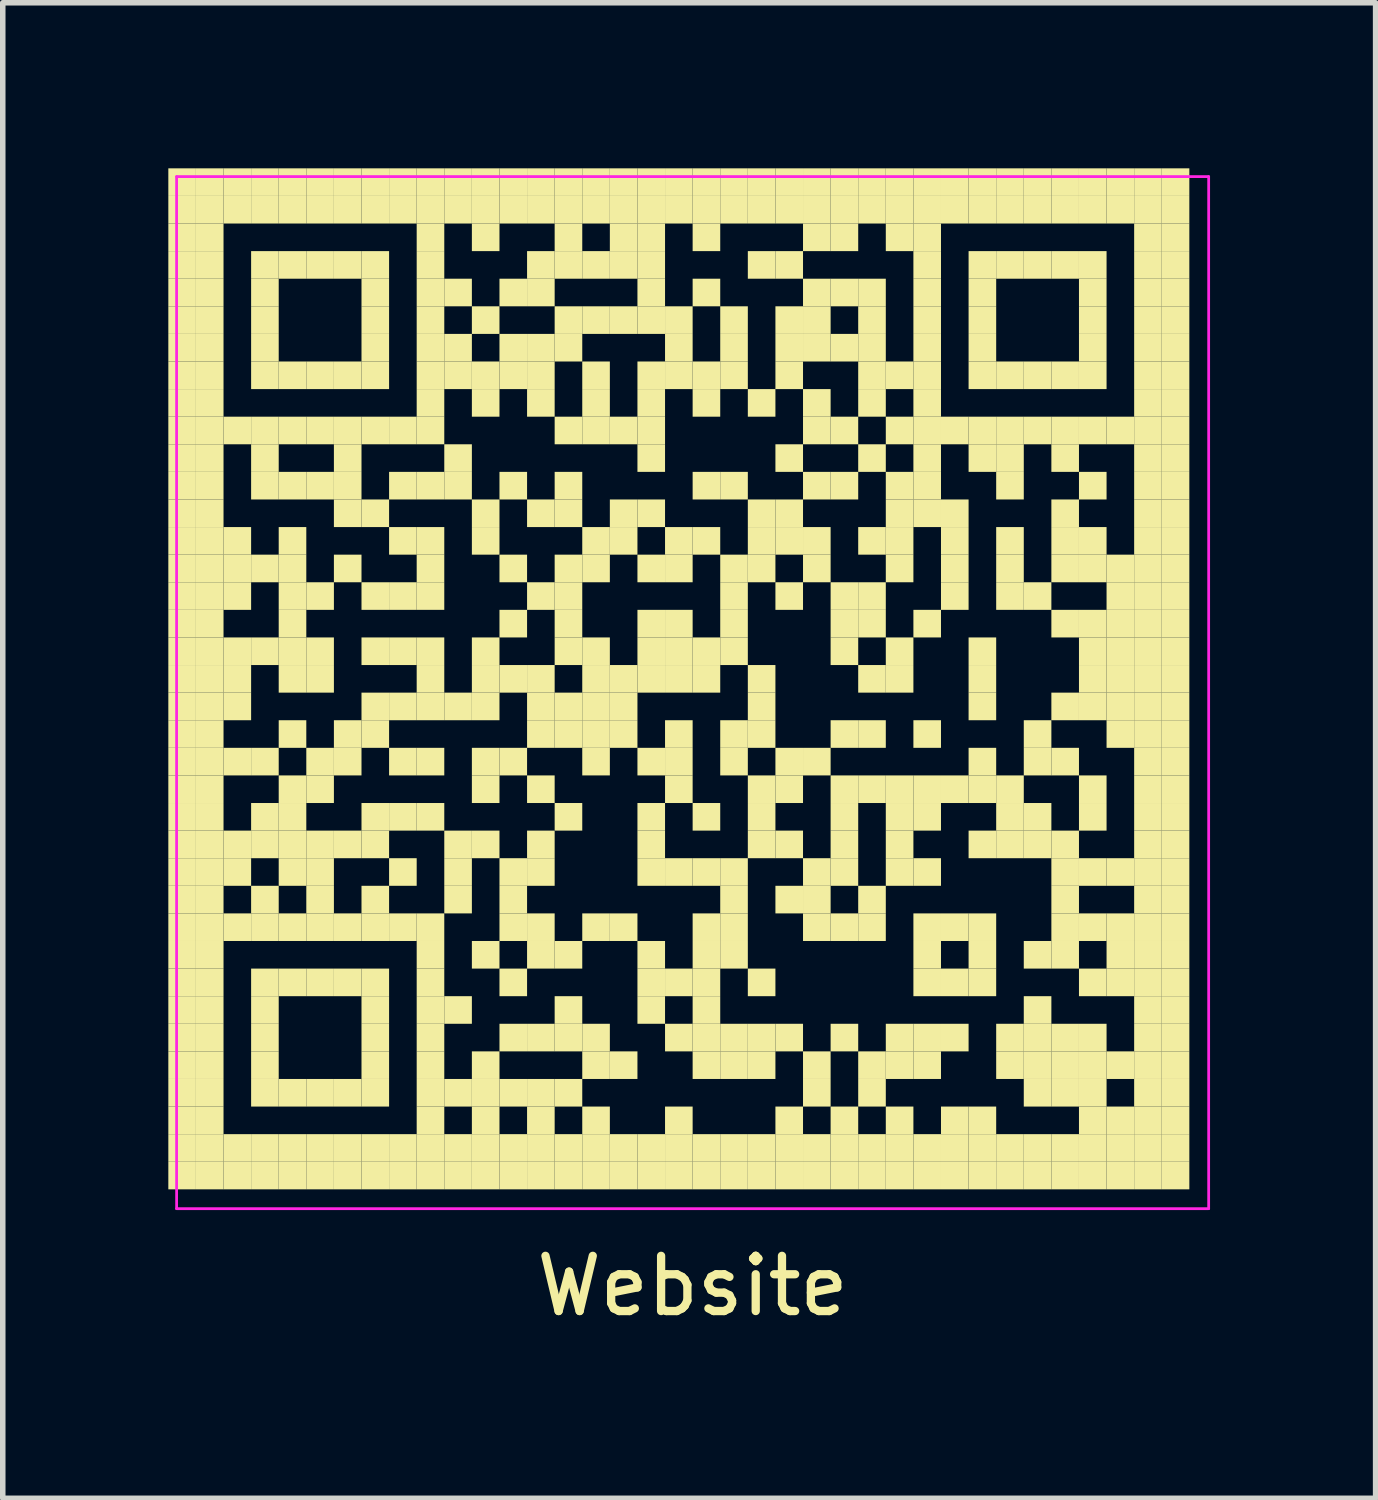
<source format=kicad_pcb>
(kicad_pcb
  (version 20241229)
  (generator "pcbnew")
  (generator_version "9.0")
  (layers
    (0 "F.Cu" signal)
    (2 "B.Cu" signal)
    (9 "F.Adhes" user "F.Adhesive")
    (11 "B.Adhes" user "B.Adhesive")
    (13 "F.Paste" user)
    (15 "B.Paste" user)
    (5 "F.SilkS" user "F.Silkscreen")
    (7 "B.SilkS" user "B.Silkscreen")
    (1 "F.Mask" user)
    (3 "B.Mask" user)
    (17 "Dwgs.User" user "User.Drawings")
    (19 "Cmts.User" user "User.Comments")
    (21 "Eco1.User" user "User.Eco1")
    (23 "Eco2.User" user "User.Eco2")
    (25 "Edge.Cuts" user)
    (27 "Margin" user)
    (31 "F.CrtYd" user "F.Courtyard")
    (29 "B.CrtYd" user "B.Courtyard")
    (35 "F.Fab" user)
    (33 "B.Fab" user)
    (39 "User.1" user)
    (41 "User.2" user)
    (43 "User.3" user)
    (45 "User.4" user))
  (footprint "Website"
    (layer "F.Cu")
    (at 9.5 9.5)
    (property "Reference" "Website" (at 0 10.75 0) (layer "F.SilkS") (effects (font (size 1 1) (thickness 0.15))))
    (attr through_hole)
    (fp_poly (pts (xy -9 -9) (xy -9 -9.5) (xy -9.5 -9.5) (xy -9.5 -9)) (stroke (width 0) (type solid)) (fill yes) (layer "F.SilkS"))
    (fp_poly (pts (xy -9 -8.5) (xy -9 -9) (xy -9.5 -9) (xy -9.5 -8.5)) (stroke (width 0) (type solid)) (fill yes) (layer "F.SilkS"))
    (fp_poly (pts (xy -9 -8) (xy -9 -8.5) (xy -9.5 -8.5) (xy -9.5 -8)) (stroke (width 0) (type solid)) (fill yes) (layer "F.SilkS"))
    (fp_poly (pts (xy -9 -7.5) (xy -9 -8) (xy -9.5 -8) (xy -9.5 -7.5)) (stroke (width 0) (type solid)) (fill yes) (layer "F.SilkS"))
    (fp_poly (pts (xy -9 -7) (xy -9 -7.5) (xy -9.5 -7.5) (xy -9.5 -7)) (stroke (width 0) (type solid)) (fill yes) (layer "F.SilkS"))
    (fp_poly (pts (xy -9 -6.5) (xy -9 -7) (xy -9.5 -7) (xy -9.5 -6.5)) (stroke (width 0) (type solid)) (fill yes) (layer "F.SilkS"))
    (fp_poly (pts (xy -9 -6) (xy -9 -6.5) (xy -9.5 -6.5) (xy -9.5 -6)) (stroke (width 0) (type solid)) (fill yes) (layer "F.SilkS"))
    (fp_poly (pts (xy -9 -5.5) (xy -9 -6) (xy -9.5 -6) (xy -9.5 -5.5)) (stroke (width 0) (type solid)) (fill yes) (layer "F.SilkS"))
    (fp_poly (pts (xy -9 -5) (xy -9 -5.5) (xy -9.5 -5.5) (xy -9.5 -5)) (stroke (width 0) (type solid)) (fill yes) (layer "F.SilkS"))
    (fp_poly (pts (xy -9 -4.5) (xy -9 -5) (xy -9.5 -5) (xy -9.5 -4.5)) (stroke (width 0) (type solid)) (fill yes) (layer "F.SilkS"))
    (fp_poly (pts (xy -9 -4) (xy -9 -4.5) (xy -9.5 -4.5) (xy -9.5 -4)) (stroke (width 0) (type solid)) (fill yes) (layer "F.SilkS"))
    (fp_poly (pts (xy -9 -3.5) (xy -9 -4) (xy -9.5 -4) (xy -9.5 -3.5)) (stroke (width 0) (type solid)) (fill yes) (layer "F.SilkS"))
    (fp_poly (pts (xy -9 -3) (xy -9 -3.5) (xy -9.5 -3.5) (xy -9.5 -3)) (stroke (width 0) (type solid)) (fill yes) (layer "F.SilkS"))
    (fp_poly (pts (xy -9 -2.5) (xy -9 -3) (xy -9.5 -3) (xy -9.5 -2.5)) (stroke (width 0) (type solid)) (fill yes) (layer "F.SilkS"))
    (fp_poly (pts (xy -9 -2) (xy -9 -2.5) (xy -9.5 -2.5) (xy -9.5 -2)) (stroke (width 0) (type solid)) (fill yes) (layer "F.SilkS"))
    (fp_poly (pts (xy -9 -1.5) (xy -9 -2) (xy -9.5 -2) (xy -9.5 -1.5)) (stroke (width 0) (type solid)) (fill yes) (layer "F.SilkS"))
    (fp_poly (pts (xy -9 -1) (xy -9 -1.5) (xy -9.5 -1.5) (xy -9.5 -1)) (stroke (width 0) (type solid)) (fill yes) (layer "F.SilkS"))
    (fp_poly (pts (xy -9 -0.5) (xy -9 -1) (xy -9.5 -1) (xy -9.5 -0.5)) (stroke (width 0) (type solid)) (fill yes) (layer "F.SilkS"))
    (fp_poly (pts (xy -9 0) (xy -9 -0.5) (xy -9.5 -0.5) (xy -9.5 0)) (stroke (width 0) (type solid)) (fill yes) (layer "F.SilkS"))
    (fp_poly (pts (xy -9 0.5) (xy -9 0) (xy -9.5 0) (xy -9.5 0.5)) (stroke (width 0) (type solid)) (fill yes) (layer "F.SilkS"))
    (fp_poly (pts (xy -9 1) (xy -9 0.5) (xy -9.5 0.5) (xy -9.5 1)) (stroke (width 0) (type solid)) (fill yes) (layer "F.SilkS"))
    (fp_poly (pts (xy -9 1.5) (xy -9 1) (xy -9.5 1) (xy -9.5 1.5)) (stroke (width 0) (type solid)) (fill yes) (layer "F.SilkS"))
    (fp_poly (pts (xy -9 2) (xy -9 1.5) (xy -9.5 1.5) (xy -9.5 2)) (stroke (width 0) (type solid)) (fill yes) (layer "F.SilkS"))
    (fp_poly (pts (xy -9 2.5) (xy -9 2) (xy -9.5 2) (xy -9.5 2.5)) (stroke (width 0) (type solid)) (fill yes) (layer "F.SilkS"))
    (fp_poly (pts (xy -9 3) (xy -9 2.5) (xy -9.5 2.5) (xy -9.5 3)) (stroke (width 0) (type solid)) (fill yes) (layer "F.SilkS"))
    (fp_poly (pts (xy -9 3.5) (xy -9 3) (xy -9.5 3) (xy -9.5 3.5)) (stroke (width 0) (type solid)) (fill yes) (layer "F.SilkS"))
    (fp_poly (pts (xy -9 4) (xy -9 3.5) (xy -9.5 3.5) (xy -9.5 4)) (stroke (width 0) (type solid)) (fill yes) (layer "F.SilkS"))
    (fp_poly (pts (xy -9 4.5) (xy -9 4) (xy -9.5 4) (xy -9.5 4.5)) (stroke (width 0) (type solid)) (fill yes) (layer "F.SilkS"))
    (fp_poly (pts (xy -9 5) (xy -9 4.5) (xy -9.5 4.5) (xy -9.5 5)) (stroke (width 0) (type solid)) (fill yes) (layer "F.SilkS"))
    (fp_poly (pts (xy -9 5.5) (xy -9 5) (xy -9.5 5) (xy -9.5 5.5)) (stroke (width 0) (type solid)) (fill yes) (layer "F.SilkS"))
    (fp_poly (pts (xy -9 6) (xy -9 5.5) (xy -9.5 5.5) (xy -9.5 6)) (stroke (width 0) (type solid)) (fill yes) (layer "F.SilkS"))
    (fp_poly (pts (xy -9 6.5) (xy -9 6) (xy -9.5 6) (xy -9.5 6.5)) (stroke (width 0) (type solid)) (fill yes) (layer "F.SilkS"))
    (fp_poly (pts (xy -9 7) (xy -9 6.5) (xy -9.5 6.5) (xy -9.5 7)) (stroke (width 0) (type solid)) (fill yes) (layer "F.SilkS"))
    (fp_poly (pts (xy -9 7.5) (xy -9 7) (xy -9.5 7) (xy -9.5 7.5)) (stroke (width 0) (type solid)) (fill yes) (layer "F.SilkS"))
    (fp_poly (pts (xy -9 8) (xy -9 7.5) (xy -9.5 7.5) (xy -9.5 8)) (stroke (width 0) (type solid)) (fill yes) (layer "F.SilkS"))
    (fp_poly (pts (xy -9 8.5) (xy -9 8) (xy -9.5 8) (xy -9.5 8.5)) (stroke (width 0) (type solid)) (fill yes) (layer "F.SilkS"))
    (fp_poly (pts (xy -9 9) (xy -9 8.5) (xy -9.5 8.5) (xy -9.5 9)) (stroke (width 0) (type solid)) (fill yes) (layer "F.SilkS"))
    (fp_poly (pts (xy -8.5 -9) (xy -8.5 -9.5) (xy -9 -9.5) (xy -9 -9)) (stroke (width 0) (type solid)) (fill yes) (layer "F.SilkS"))
    (fp_poly (pts (xy -8.5 -8.5) (xy -8.5 -9) (xy -9 -9) (xy -9 -8.5)) (stroke (width 0) (type solid)) (fill yes) (layer "F.SilkS"))
    (fp_poly (pts (xy -8.5 -8) (xy -8.5 -8.5) (xy -9 -8.5) (xy -9 -8)) (stroke (width 0) (type solid)) (fill yes) (layer "F.SilkS"))
    (fp_poly (pts (xy -8.5 -7.5) (xy -8.5 -8) (xy -9 -8) (xy -9 -7.5)) (stroke (width 0) (type solid)) (fill yes) (layer "F.SilkS"))
    (fp_poly (pts (xy -8.5 -7) (xy -8.5 -7.5) (xy -9 -7.5) (xy -9 -7)) (stroke (width 0) (type solid)) (fill yes) (layer "F.SilkS"))
    (fp_poly (pts (xy -8.5 -6.5) (xy -8.5 -7) (xy -9 -7) (xy -9 -6.5)) (stroke (width 0) (type solid)) (fill yes) (layer "F.SilkS"))
    (fp_poly (pts (xy -8.5 -6) (xy -8.5 -6.5) (xy -9 -6.5) (xy -9 -6)) (stroke (width 0) (type solid)) (fill yes) (layer "F.SilkS"))
    (fp_poly (pts (xy -8.5 -5.5) (xy -8.5 -6) (xy -9 -6) (xy -9 -5.5)) (stroke (width 0) (type solid)) (fill yes) (layer "F.SilkS"))
    (fp_poly (pts (xy -8.5 -5) (xy -8.5 -5.5) (xy -9 -5.5) (xy -9 -5)) (stroke (width 0) (type solid)) (fill yes) (layer "F.SilkS"))
    (fp_poly (pts (xy -8.5 -4.5) (xy -8.5 -5) (xy -9 -5) (xy -9 -4.5)) (stroke (width 0) (type solid)) (fill yes) (layer "F.SilkS"))
    (fp_poly (pts (xy -8.5 -4) (xy -8.5 -4.5) (xy -9 -4.5) (xy -9 -4)) (stroke (width 0) (type solid)) (fill yes) (layer "F.SilkS"))
    (fp_poly (pts (xy -8.5 -3.5) (xy -8.5 -4) (xy -9 -4) (xy -9 -3.5)) (stroke (width 0) (type solid)) (fill yes) (layer "F.SilkS"))
    (fp_poly (pts (xy -8.5 -3) (xy -8.5 -3.5) (xy -9 -3.5) (xy -9 -3)) (stroke (width 0) (type solid)) (fill yes) (layer "F.SilkS"))
    (fp_poly (pts (xy -8.5 -2.5) (xy -8.5 -3) (xy -9 -3) (xy -9 -2.5)) (stroke (width 0) (type solid)) (fill yes) (layer "F.SilkS"))
    (fp_poly (pts (xy -8.5 -2) (xy -8.5 -2.5) (xy -9 -2.5) (xy -9 -2)) (stroke (width 0) (type solid)) (fill yes) (layer "F.SilkS"))
    (fp_poly (pts (xy -8.5 -1.5) (xy -8.5 -2) (xy -9 -2) (xy -9 -1.5)) (stroke (width 0) (type solid)) (fill yes) (layer "F.SilkS"))
    (fp_poly (pts (xy -8.5 -1) (xy -8.5 -1.5) (xy -9 -1.5) (xy -9 -1)) (stroke (width 0) (type solid)) (fill yes) (layer "F.SilkS"))
    (fp_poly (pts (xy -8.5 -0.5) (xy -8.5 -1) (xy -9 -1) (xy -9 -0.5)) (stroke (width 0) (type solid)) (fill yes) (layer "F.SilkS"))
    (fp_poly (pts (xy -8.5 0) (xy -8.5 -0.5) (xy -9 -0.5) (xy -9 0)) (stroke (width 0) (type solid)) (fill yes) (layer "F.SilkS"))
    (fp_poly (pts (xy -8.5 0.5) (xy -8.5 0) (xy -9 0) (xy -9 0.5)) (stroke (width 0) (type solid)) (fill yes) (layer "F.SilkS"))
    (fp_poly (pts (xy -8.5 1) (xy -8.5 0.5) (xy -9 0.5) (xy -9 1)) (stroke (width 0) (type solid)) (fill yes) (layer "F.SilkS"))
    (fp_poly (pts (xy -8.5 1.5) (xy -8.5 1) (xy -9 1) (xy -9 1.5)) (stroke (width 0) (type solid)) (fill yes) (layer "F.SilkS"))
    (fp_poly (pts (xy -8.5 2) (xy -8.5 1.5) (xy -9 1.5) (xy -9 2)) (stroke (width 0) (type solid)) (fill yes) (layer "F.SilkS"))
    (fp_poly (pts (xy -8.5 2.5) (xy -8.5 2) (xy -9 2) (xy -9 2.5)) (stroke (width 0) (type solid)) (fill yes) (layer "F.SilkS"))
    (fp_poly (pts (xy -8.5 3) (xy -8.5 2.5) (xy -9 2.5) (xy -9 3)) (stroke (width 0) (type solid)) (fill yes) (layer "F.SilkS"))
    (fp_poly (pts (xy -8.5 3.5) (xy -8.5 3) (xy -9 3) (xy -9 3.5)) (stroke (width 0) (type solid)) (fill yes) (layer "F.SilkS"))
    (fp_poly (pts (xy -8.5 4) (xy -8.5 3.5) (xy -9 3.5) (xy -9 4)) (stroke (width 0) (type solid)) (fill yes) (layer "F.SilkS"))
    (fp_poly (pts (xy -8.5 4.5) (xy -8.5 4) (xy -9 4) (xy -9 4.5)) (stroke (width 0) (type solid)) (fill yes) (layer "F.SilkS"))
    (fp_poly (pts (xy -8.5 5) (xy -8.5 4.5) (xy -9 4.5) (xy -9 5)) (stroke (width 0) (type solid)) (fill yes) (layer "F.SilkS"))
    (fp_poly (pts (xy -8.5 5.5) (xy -8.5 5) (xy -9 5) (xy -9 5.5)) (stroke (width 0) (type solid)) (fill yes) (layer "F.SilkS"))
    (fp_poly (pts (xy -8.5 6) (xy -8.5 5.5) (xy -9 5.5) (xy -9 6)) (stroke (width 0) (type solid)) (fill yes) (layer "F.SilkS"))
    (fp_poly (pts (xy -8.5 6.5) (xy -8.5 6) (xy -9 6) (xy -9 6.5)) (stroke (width 0) (type solid)) (fill yes) (layer "F.SilkS"))
    (fp_poly (pts (xy -8.5 7) (xy -8.5 6.5) (xy -9 6.5) (xy -9 7)) (stroke (width 0) (type solid)) (fill yes) (layer "F.SilkS"))
    (fp_poly (pts (xy -8.5 7.5) (xy -8.5 7) (xy -9 7) (xy -9 7.5)) (stroke (width 0) (type solid)) (fill yes) (layer "F.SilkS"))
    (fp_poly (pts (xy -8.5 8) (xy -8.5 7.5) (xy -9 7.5) (xy -9 8)) (stroke (width 0) (type solid)) (fill yes) (layer "F.SilkS"))
    (fp_poly (pts (xy -8.5 8.5) (xy -8.5 8) (xy -9 8) (xy -9 8.5)) (stroke (width 0) (type solid)) (fill yes) (layer "F.SilkS"))
    (fp_poly (pts (xy -8.5 9) (xy -8.5 8.5) (xy -9 8.5) (xy -9 9)) (stroke (width 0) (type solid)) (fill yes) (layer "F.SilkS"))
    (fp_poly (pts (xy -8 -9) (xy -8 -9.5) (xy -8.5 -9.5) (xy -8.5 -9)) (stroke (width 0) (type solid)) (fill yes) (layer "F.SilkS"))
    (fp_poly (pts (xy -8 -8.5) (xy -8 -9) (xy -8.5 -9) (xy -8.5 -8.5)) (stroke (width 0) (type solid)) (fill yes) (layer "F.SilkS"))
    (fp_poly (pts (xy -8 -4.5) (xy -8 -5) (xy -8.5 -5) (xy -8.5 -4.5)) (stroke (width 0) (type solid)) (fill yes) (layer "F.SilkS"))
    (fp_poly (pts (xy -8 -2.5) (xy -8 -3) (xy -8.5 -3) (xy -8.5 -2.5)) (stroke (width 0) (type solid)) (fill yes) (layer "F.SilkS"))
    (fp_poly (pts (xy -8 -2) (xy -8 -2.5) (xy -8.5 -2.5) (xy -8.5 -2)) (stroke (width 0) (type solid)) (fill yes) (layer "F.SilkS"))
    (fp_poly (pts (xy -8 -1.5) (xy -8 -2) (xy -8.5 -2) (xy -8.5 -1.5)) (stroke (width 0) (type solid)) (fill yes) (layer "F.SilkS"))
    (fp_poly (pts (xy -8 -0.5) (xy -8 -1) (xy -8.5 -1) (xy -8.5 -0.5)) (stroke (width 0) (type solid)) (fill yes) (layer "F.SilkS"))
    (fp_poly (pts (xy -8 0) (xy -8 -0.5) (xy -8.5 -0.5) (xy -8.5 0)) (stroke (width 0) (type solid)) (fill yes) (layer "F.SilkS"))
    (fp_poly (pts (xy -8 0.5) (xy -8 0) (xy -8.5 0) (xy -8.5 0.5)) (stroke (width 0) (type solid)) (fill yes) (layer "F.SilkS"))
    (fp_poly (pts (xy -8 1.5) (xy -8 1) (xy -8.5 1) (xy -8.5 1.5)) (stroke (width 0) (type solid)) (fill yes) (layer "F.SilkS"))
    (fp_poly (pts (xy -8 3) (xy -8 2.5) (xy -8.5 2.5) (xy -8.5 3)) (stroke (width 0) (type solid)) (fill yes) (layer "F.SilkS"))
    (fp_poly (pts (xy -8 3.5) (xy -8 3) (xy -8.5 3) (xy -8.5 3.5)) (stroke (width 0) (type solid)) (fill yes) (layer "F.SilkS"))
    (fp_poly (pts (xy -8 4.5) (xy -8 4) (xy -8.5 4) (xy -8.5 4.5)) (stroke (width 0) (type solid)) (fill yes) (layer "F.SilkS"))
    (fp_poly (pts (xy -8 8.5) (xy -8 8) (xy -8.5 8) (xy -8.5 8.5)) (stroke (width 0) (type solid)) (fill yes) (layer "F.SilkS"))
    (fp_poly (pts (xy -8 9) (xy -8 8.5) (xy -8.5 8.5) (xy -8.5 9)) (stroke (width 0) (type solid)) (fill yes) (layer "F.SilkS"))
    (fp_poly (pts (xy -7.5 -9) (xy -7.5 -9.5) (xy -8 -9.5) (xy -8 -9)) (stroke (width 0) (type solid)) (fill yes) (layer "F.SilkS"))
    (fp_poly (pts (xy -7.5 -8.5) (xy -7.5 -9) (xy -8 -9) (xy -8 -8.5)) (stroke (width 0) (type solid)) (fill yes) (layer "F.SilkS"))
    (fp_poly (pts (xy -7.5 -7.5) (xy -7.5 -8) (xy -8 -8) (xy -8 -7.5)) (stroke (width 0) (type solid)) (fill yes) (layer "F.SilkS"))
    (fp_poly (pts (xy -7.5 -7) (xy -7.5 -7.5) (xy -8 -7.5) (xy -8 -7)) (stroke (width 0) (type solid)) (fill yes) (layer "F.SilkS"))
    (fp_poly (pts (xy -7.5 -6.5) (xy -7.5 -7) (xy -8 -7) (xy -8 -6.5)) (stroke (width 0) (type solid)) (fill yes) (layer "F.SilkS"))
    (fp_poly (pts (xy -7.5 -6) (xy -7.5 -6.5) (xy -8 -6.5) (xy -8 -6)) (stroke (width 0) (type solid)) (fill yes) (layer "F.SilkS"))
    (fp_poly (pts (xy -7.5 -5.5) (xy -7.5 -6) (xy -8 -6) (xy -8 -5.5)) (stroke (width 0) (type solid)) (fill yes) (layer "F.SilkS"))
    (fp_poly (pts (xy -7.5 -4.5) (xy -7.5 -5) (xy -8 -5) (xy -8 -4.5)) (stroke (width 0) (type solid)) (fill yes) (layer "F.SilkS"))
    (fp_poly (pts (xy -7.5 -4) (xy -7.5 -4.5) (xy -8 -4.5) (xy -8 -4)) (stroke (width 0) (type solid)) (fill yes) (layer "F.SilkS"))
    (fp_poly (pts (xy -7.5 -3.5) (xy -7.5 -4) (xy -8 -4) (xy -8 -3.5)) (stroke (width 0) (type solid)) (fill yes) (layer "F.SilkS"))
    (fp_poly (pts (xy -7.5 -2) (xy -7.5 -2.5) (xy -8 -2.5) (xy -8 -2)) (stroke (width 0) (type solid)) (fill yes) (layer "F.SilkS"))
    (fp_poly (pts (xy -7.5 -0.5) (xy -7.5 -1) (xy -8 -1) (xy -8 -0.5)) (stroke (width 0) (type solid)) (fill yes) (layer "F.SilkS"))
    (fp_poly (pts (xy -7.5 1.5) (xy -7.5 1) (xy -8 1) (xy -8 1.5)) (stroke (width 0) (type solid)) (fill yes) (layer "F.SilkS"))
    (fp_poly (pts (xy -7.5 2.5) (xy -7.5 2) (xy -8 2) (xy -8 2.5)) (stroke (width 0) (type solid)) (fill yes) (layer "F.SilkS"))
    (fp_poly (pts (xy -7.5 3) (xy -7.5 2.5) (xy -8 2.5) (xy -8 3)) (stroke (width 0) (type solid)) (fill yes) (layer "F.SilkS"))
    (fp_poly (pts (xy -7.5 4) (xy -7.5 3.5) (xy -8 3.5) (xy -8 4)) (stroke (width 0) (type solid)) (fill yes) (layer "F.SilkS"))
    (fp_poly (pts (xy -7.5 4.5) (xy -7.5 4) (xy -8 4) (xy -8 4.5)) (stroke (width 0) (type solid)) (fill yes) (layer "F.SilkS"))
    (fp_poly (pts (xy -7.5 5.5) (xy -7.5 5) (xy -8 5) (xy -8 5.5)) (stroke (width 0) (type solid)) (fill yes) (layer "F.SilkS"))
    (fp_poly (pts (xy -7.5 6) (xy -7.5 5.5) (xy -8 5.5) (xy -8 6)) (stroke (width 0) (type solid)) (fill yes) (layer "F.SilkS"))
    (fp_poly (pts (xy -7.5 6.5) (xy -7.5 6) (xy -8 6) (xy -8 6.5)) (stroke (width 0) (type solid)) (fill yes) (layer "F.SilkS"))
    (fp_poly (pts (xy -7.5 7) (xy -7.5 6.5) (xy -8 6.5) (xy -8 7)) (stroke (width 0) (type solid)) (fill yes) (layer "F.SilkS"))
    (fp_poly (pts (xy -7.5 7.5) (xy -7.5 7) (xy -8 7) (xy -8 7.5)) (stroke (width 0) (type solid)) (fill yes) (layer "F.SilkS"))
    (fp_poly (pts (xy -7.5 8.5) (xy -7.5 8) (xy -8 8) (xy -8 8.5)) (stroke (width 0) (type solid)) (fill yes) (layer "F.SilkS"))
    (fp_poly (pts (xy -7.5 9) (xy -7.5 8.5) (xy -8 8.5) (xy -8 9)) (stroke (width 0) (type solid)) (fill yes) (layer "F.SilkS"))
    (fp_poly (pts (xy -7 -9) (xy -7 -9.5) (xy -7.5 -9.5) (xy -7.5 -9)) (stroke (width 0) (type solid)) (fill yes) (layer "F.SilkS"))
    (fp_poly (pts (xy -7 -8.5) (xy -7 -9) (xy -7.5 -9) (xy -7.5 -8.5)) (stroke (width 0) (type solid)) (fill yes) (layer "F.SilkS"))
    (fp_poly (pts (xy -7 -7.5) (xy -7 -8) (xy -7.5 -8) (xy -7.5 -7.5)) (stroke (width 0) (type solid)) (fill yes) (layer "F.SilkS"))
    (fp_poly (pts (xy -7 -5.5) (xy -7 -6) (xy -7.5 -6) (xy -7.5 -5.5)) (stroke (width 0) (type solid)) (fill yes) (layer "F.SilkS"))
    (fp_poly (pts (xy -7 -4.5) (xy -7 -5) (xy -7.5 -5) (xy -7.5 -4.5)) (stroke (width 0) (type solid)) (fill yes) (layer "F.SilkS"))
    (fp_poly (pts (xy -7 -3.5) (xy -7 -4) (xy -7.5 -4) (xy -7.5 -3.5)) (stroke (width 0) (type solid)) (fill yes) (layer "F.SilkS"))
    (fp_poly (pts (xy -7 -2.5) (xy -7 -3) (xy -7.5 -3) (xy -7.5 -2.5)) (stroke (width 0) (type solid)) (fill yes) (layer "F.SilkS"))
    (fp_poly (pts (xy -7 -2) (xy -7 -2.5) (xy -7.5 -2.5) (xy -7.5 -2)) (stroke (width 0) (type solid)) (fill yes) (layer "F.SilkS"))
    (fp_poly (pts (xy -7 -1.5) (xy -7 -2) (xy -7.5 -2) (xy -7.5 -1.5)) (stroke (width 0) (type solid)) (fill yes) (layer "F.SilkS"))
    (fp_poly (pts (xy -7 -1) (xy -7 -1.5) (xy -7.5 -1.5) (xy -7.5 -1)) (stroke (width 0) (type solid)) (fill yes) (layer "F.SilkS"))
    (fp_poly (pts (xy -7 -0.5) (xy -7 -1) (xy -7.5 -1) (xy -7.5 -0.5)) (stroke (width 0) (type solid)) (fill yes) (layer "F.SilkS"))
    (fp_poly (pts (xy -7 0) (xy -7 -0.5) (xy -7.5 -0.5) (xy -7.5 0)) (stroke (width 0) (type solid)) (fill yes) (layer "F.SilkS"))
    (fp_poly (pts (xy -7 1) (xy -7 0.5) (xy -7.5 0.5) (xy -7.5 1)) (stroke (width 0) (type solid)) (fill yes) (layer "F.SilkS"))
    (fp_poly (pts (xy -7 2) (xy -7 1.5) (xy -7.5 1.5) (xy -7.5 2)) (stroke (width 0) (type solid)) (fill yes) (layer "F.SilkS"))
    (fp_poly (pts (xy -7 2.5) (xy -7 2) (xy -7.5 2) (xy -7.5 2.5)) (stroke (width 0) (type solid)) (fill yes) (layer "F.SilkS"))
    (fp_poly (pts (xy -7 3) (xy -7 2.5) (xy -7.5 2.5) (xy -7.5 3)) (stroke (width 0) (type solid)) (fill yes) (layer "F.SilkS"))
    (fp_poly (pts (xy -7 3.5) (xy -7 3) (xy -7.5 3) (xy -7.5 3.5)) (stroke (width 0) (type solid)) (fill yes) (layer "F.SilkS"))
    (fp_poly (pts (xy -7 4.5) (xy -7 4) (xy -7.5 4) (xy -7.5 4.5)) (stroke (width 0) (type solid)) (fill yes) (layer "F.SilkS"))
    (fp_poly (pts (xy -7 5.5) (xy -7 5) (xy -7.5 5) (xy -7.5 5.5)) (stroke (width 0) (type solid)) (fill yes) (layer "F.SilkS"))
    (fp_poly (pts (xy -7 7.5) (xy -7 7) (xy -7.5 7) (xy -7.5 7.5)) (stroke (width 0) (type solid)) (fill yes) (layer "F.SilkS"))
    (fp_poly (pts (xy -7 8.5) (xy -7 8) (xy -7.5 8) (xy -7.5 8.5)) (stroke (width 0) (type solid)) (fill yes) (layer "F.SilkS"))
    (fp_poly (pts (xy -7 9) (xy -7 8.5) (xy -7.5 8.5) (xy -7.5 9)) (stroke (width 0) (type solid)) (fill yes) (layer "F.SilkS"))
    (fp_poly (pts (xy -6.5 -9) (xy -6.5 -9.5) (xy -7 -9.5) (xy -7 -9)) (stroke (width 0) (type solid)) (fill yes) (layer "F.SilkS"))
    (fp_poly (pts (xy -6.5 -8.5) (xy -6.5 -9) (xy -7 -9) (xy -7 -8.5)) (stroke (width 0) (type solid)) (fill yes) (layer "F.SilkS"))
    (fp_poly (pts (xy -6.5 -7.5) (xy -6.5 -8) (xy -7 -8) (xy -7 -7.5)) (stroke (width 0) (type solid)) (fill yes) (layer "F.SilkS"))
    (fp_poly (pts (xy -6.5 -5.5) (xy -6.5 -6) (xy -7 -6) (xy -7 -5.5)) (stroke (width 0) (type solid)) (fill yes) (layer "F.SilkS"))
    (fp_poly (pts (xy -6.5 -4.5) (xy -6.5 -5) (xy -7 -5) (xy -7 -4.5)) (stroke (width 0) (type solid)) (fill yes) (layer "F.SilkS"))
    (fp_poly (pts (xy -6.5 -3.5) (xy -6.5 -4) (xy -7 -4) (xy -7 -3.5)) (stroke (width 0) (type solid)) (fill yes) (layer "F.SilkS"))
    (fp_poly (pts (xy -6.5 -1.5) (xy -6.5 -2) (xy -7 -2) (xy -7 -1.5)) (stroke (width 0) (type solid)) (fill yes) (layer "F.SilkS"))
    (fp_poly (pts (xy -6.5 -0.5) (xy -6.5 -1) (xy -7 -1) (xy -7 -0.5)) (stroke (width 0) (type solid)) (fill yes) (layer "F.SilkS"))
    (fp_poly (pts (xy -6.5 0) (xy -6.5 -0.5) (xy -7 -0.5) (xy -7 0)) (stroke (width 0) (type solid)) (fill yes) (layer "F.SilkS"))
    (fp_poly (pts (xy -6.5 1.5) (xy -6.5 1) (xy -7 1) (xy -7 1.5)) (stroke (width 0) (type solid)) (fill yes) (layer "F.SilkS"))
    (fp_poly (pts (xy -6.5 2) (xy -6.5 1.5) (xy -7 1.5) (xy -7 2)) (stroke (width 0) (type solid)) (fill yes) (layer "F.SilkS"))
    (fp_poly (pts (xy -6.5 3) (xy -6.5 2.5) (xy -7 2.5) (xy -7 3)) (stroke (width 0) (type solid)) (fill yes) (layer "F.SilkS"))
    (fp_poly (pts (xy -6.5 3.5) (xy -6.5 3) (xy -7 3) (xy -7 3.5)) (stroke (width 0) (type solid)) (fill yes) (layer "F.SilkS"))
    (fp_poly (pts (xy -6.5 4) (xy -6.5 3.5) (xy -7 3.5) (xy -7 4)) (stroke (width 0) (type solid)) (fill yes) (layer "F.SilkS"))
    (fp_poly (pts (xy -6.5 4.5) (xy -6.5 4) (xy -7 4) (xy -7 4.5)) (stroke (width 0) (type solid)) (fill yes) (layer "F.SilkS"))
    (fp_poly (pts (xy -6.5 5.5) (xy -6.5 5) (xy -7 5) (xy -7 5.5)) (stroke (width 0) (type solid)) (fill yes) (layer "F.SilkS"))
    (fp_poly (pts (xy -6.5 7.5) (xy -6.5 7) (xy -7 7) (xy -7 7.5)) (stroke (width 0) (type solid)) (fill yes) (layer "F.SilkS"))
    (fp_poly (pts (xy -6.5 8.5) (xy -6.5 8) (xy -7 8) (xy -7 8.5)) (stroke (width 0) (type solid)) (fill yes) (layer "F.SilkS"))
    (fp_poly (pts (xy -6.5 9) (xy -6.5 8.5) (xy -7 8.5) (xy -7 9)) (stroke (width 0) (type solid)) (fill yes) (layer "F.SilkS"))
    (fp_poly (pts (xy -6 -9) (xy -6 -9.5) (xy -6.5 -9.5) (xy -6.5 -9)) (stroke (width 0) (type solid)) (fill yes) (layer "F.SilkS"))
    (fp_poly (pts (xy -6 -8.5) (xy -6 -9) (xy -6.5 -9) (xy -6.5 -8.5)) (stroke (width 0) (type solid)) (fill yes) (layer "F.SilkS"))
    (fp_poly (pts (xy -6 -7.5) (xy -6 -8) (xy -6.5 -8) (xy -6.5 -7.5)) (stroke (width 0) (type solid)) (fill yes) (layer "F.SilkS"))
    (fp_poly (pts (xy -6 -5.5) (xy -6 -6) (xy -6.5 -6) (xy -6.5 -5.5)) (stroke (width 0) (type solid)) (fill yes) (layer "F.SilkS"))
    (fp_poly (pts (xy -6 -4.5) (xy -6 -5) (xy -6.5 -5) (xy -6.5 -4.5)) (stroke (width 0) (type solid)) (fill yes) (layer "F.SilkS"))
    (fp_poly (pts (xy -6 -4) (xy -6 -4.5) (xy -6.5 -4.5) (xy -6.5 -4)) (stroke (width 0) (type solid)) (fill yes) (layer "F.SilkS"))
    (fp_poly (pts (xy -6 -3.5) (xy -6 -4) (xy -6.5 -4) (xy -6.5 -3.5)) (stroke (width 0) (type solid)) (fill yes) (layer "F.SilkS"))
    (fp_poly (pts (xy -6 -3) (xy -6 -3.5) (xy -6.5 -3.5) (xy -6.5 -3)) (stroke (width 0) (type solid)) (fill yes) (layer "F.SilkS"))
    (fp_poly (pts (xy -6 -2) (xy -6 -2.5) (xy -6.5 -2.5) (xy -6.5 -2)) (stroke (width 0) (type solid)) (fill yes) (layer "F.SilkS"))
    (fp_poly (pts (xy -6 1) (xy -6 0.5) (xy -6.5 0.5) (xy -6.5 1)) (stroke (width 0) (type solid)) (fill yes) (layer "F.SilkS"))
    (fp_poly (pts (xy -6 1.5) (xy -6 1) (xy -6.5 1) (xy -6.5 1.5)) (stroke (width 0) (type solid)) (fill yes) (layer "F.SilkS"))
    (fp_poly (pts (xy -6 3) (xy -6 2.5) (xy -6.5 2.5) (xy -6.5 3)) (stroke (width 0) (type solid)) (fill yes) (layer "F.SilkS"))
    (fp_poly (pts (xy -6 4.5) (xy -6 4) (xy -6.5 4) (xy -6.5 4.5)) (stroke (width 0) (type solid)) (fill yes) (layer "F.SilkS"))
    (fp_poly (pts (xy -6 5.5) (xy -6 5) (xy -6.5 5) (xy -6.5 5.5)) (stroke (width 0) (type solid)) (fill yes) (layer "F.SilkS"))
    (fp_poly (pts (xy -6 7.5) (xy -6 7) (xy -6.5 7) (xy -6.5 7.5)) (stroke (width 0) (type solid)) (fill yes) (layer "F.SilkS"))
    (fp_poly (pts (xy -6 8.5) (xy -6 8) (xy -6.5 8) (xy -6.5 8.5)) (stroke (width 0) (type solid)) (fill yes) (layer "F.SilkS"))
    (fp_poly (pts (xy -6 9) (xy -6 8.5) (xy -6.5 8.5) (xy -6.5 9)) (stroke (width 0) (type solid)) (fill yes) (layer "F.SilkS"))
    (fp_poly (pts (xy -5.5 -9) (xy -5.5 -9.5) (xy -6 -9.5) (xy -6 -9)) (stroke (width 0) (type solid)) (fill yes) (layer "F.SilkS"))
    (fp_poly (pts (xy -5.5 -8.5) (xy -5.5 -9) (xy -6 -9) (xy -6 -8.5)) (stroke (width 0) (type solid)) (fill yes) (layer "F.SilkS"))
    (fp_poly (pts (xy -5.5 -7.5) (xy -5.5 -8) (xy -6 -8) (xy -6 -7.5)) (stroke (width 0) (type solid)) (fill yes) (layer "F.SilkS"))
    (fp_poly (pts (xy -5.5 -7) (xy -5.5 -7.5) (xy -6 -7.5) (xy -6 -7)) (stroke (width 0) (type solid)) (fill yes) (layer "F.SilkS"))
    (fp_poly (pts (xy -5.5 -6.5) (xy -5.5 -7) (xy -6 -7) (xy -6 -6.5)) (stroke (width 0) (type solid)) (fill yes) (layer "F.SilkS"))
    (fp_poly (pts (xy -5.5 -6) (xy -5.5 -6.5) (xy -6 -6.5) (xy -6 -6)) (stroke (width 0) (type solid)) (fill yes) (layer "F.SilkS"))
    (fp_poly (pts (xy -5.5 -5.5) (xy -5.5 -6) (xy -6 -6) (xy -6 -5.5)) (stroke (width 0) (type solid)) (fill yes) (layer "F.SilkS"))
    (fp_poly (pts (xy -5.5 -4.5) (xy -5.5 -5) (xy -6 -5) (xy -6 -4.5)) (stroke (width 0) (type solid)) (fill yes) (layer "F.SilkS"))
    (fp_poly (pts (xy -5.5 -3) (xy -5.5 -3.5) (xy -6 -3.5) (xy -6 -3)) (stroke (width 0) (type solid)) (fill yes) (layer "F.SilkS"))
    (fp_poly (pts (xy -5.5 -1.5) (xy -5.5 -2) (xy -6 -2) (xy -6 -1.5)) (stroke (width 0) (type solid)) (fill yes) (layer "F.SilkS"))
    (fp_poly (pts (xy -5.5 -0.5) (xy -5.5 -1) (xy -6 -1) (xy -6 -0.5)) (stroke (width 0) (type solid)) (fill yes) (layer "F.SilkS"))
    (fp_poly (pts (xy -5.5 0.5) (xy -5.5 0) (xy -6 0) (xy -6 0.5)) (stroke (width 0) (type solid)) (fill yes) (layer "F.SilkS"))
    (fp_poly (pts (xy -5.5 1) (xy -5.5 0.5) (xy -6 0.5) (xy -6 1)) (stroke (width 0) (type solid)) (fill yes) (layer "F.SilkS"))
    (fp_poly (pts (xy -5.5 2.5) (xy -5.5 2) (xy -6 2) (xy -6 2.5)) (stroke (width 0) (type solid)) (fill yes) (layer "F.SilkS"))
    (fp_poly (pts (xy -5.5 3) (xy -5.5 2.5) (xy -6 2.5) (xy -6 3)) (stroke (width 0) (type solid)) (fill yes) (layer "F.SilkS"))
    (fp_poly (pts (xy -5.5 4) (xy -5.5 3.5) (xy -6 3.5) (xy -6 4)) (stroke (width 0) (type solid)) (fill yes) (layer "F.SilkS"))
    (fp_poly (pts (xy -5.5 4.5) (xy -5.5 4) (xy -6 4) (xy -6 4.5)) (stroke (width 0) (type solid)) (fill yes) (layer "F.SilkS"))
    (fp_poly (pts (xy -5.5 5.5) (xy -5.5 5) (xy -6 5) (xy -6 5.5)) (stroke (width 0) (type solid)) (fill yes) (layer "F.SilkS"))
    (fp_poly (pts (xy -5.5 6) (xy -5.5 5.5) (xy -6 5.5) (xy -6 6)) (stroke (width 0) (type solid)) (fill yes) (layer "F.SilkS"))
    (fp_poly (pts (xy -5.5 6.5) (xy -5.5 6) (xy -6 6) (xy -6 6.5)) (stroke (width 0) (type solid)) (fill yes) (layer "F.SilkS"))
    (fp_poly (pts (xy -5.5 7) (xy -5.5 6.5) (xy -6 6.5) (xy -6 7)) (stroke (width 0) (type solid)) (fill yes) (layer "F.SilkS"))
    (fp_poly (pts (xy -5.5 7.5) (xy -5.5 7) (xy -6 7) (xy -6 7.5)) (stroke (width 0) (type solid)) (fill yes) (layer "F.SilkS"))
    (fp_poly (pts (xy -5.5 8.5) (xy -5.5 8) (xy -6 8) (xy -6 8.5)) (stroke (width 0) (type solid)) (fill yes) (layer "F.SilkS"))
    (fp_poly (pts (xy -5.5 9) (xy -5.5 8.5) (xy -6 8.5) (xy -6 9)) (stroke (width 0) (type solid)) (fill yes) (layer "F.SilkS"))
    (fp_poly (pts (xy -5 -9) (xy -5 -9.5) (xy -5.5 -9.5) (xy -5.5 -9)) (stroke (width 0) (type solid)) (fill yes) (layer "F.SilkS"))
    (fp_poly (pts (xy -5 -8.5) (xy -5 -9) (xy -5.5 -9) (xy -5.5 -8.5)) (stroke (width 0) (type solid)) (fill yes) (layer "F.SilkS"))
    (fp_poly (pts (xy -5 -4.5) (xy -5 -5) (xy -5.5 -5) (xy -5.5 -4.5)) (stroke (width 0) (type solid)) (fill yes) (layer "F.SilkS"))
    (fp_poly (pts (xy -5 -3.5) (xy -5 -4) (xy -5.5 -4) (xy -5.5 -3.5)) (stroke (width 0) (type solid)) (fill yes) (layer "F.SilkS"))
    (fp_poly (pts (xy -5 -2.5) (xy -5 -3) (xy -5.5 -3) (xy -5.5 -2.5)) (stroke (width 0) (type solid)) (fill yes) (layer "F.SilkS"))
    (fp_poly (pts (xy -5 -1.5) (xy -5 -2) (xy -5.5 -2) (xy -5.5 -1.5)) (stroke (width 0) (type solid)) (fill yes) (layer "F.SilkS"))
    (fp_poly (pts (xy -5 -0.5) (xy -5 -1) (xy -5.5 -1) (xy -5.5 -0.5)) (stroke (width 0) (type solid)) (fill yes) (layer "F.SilkS"))
    (fp_poly (pts (xy -5 0.5) (xy -5 0) (xy -5.5 0) (xy -5.5 0.5)) (stroke (width 0) (type solid)) (fill yes) (layer "F.SilkS"))
    (fp_poly (pts (xy -5 1.5) (xy -5 1) (xy -5.5 1) (xy -5.5 1.5)) (stroke (width 0) (type solid)) (fill yes) (layer "F.SilkS"))
    (fp_poly (pts (xy -5 2.5) (xy -5 2) (xy -5.5 2) (xy -5.5 2.5)) (stroke (width 0) (type solid)) (fill yes) (layer "F.SilkS"))
    (fp_poly (pts (xy -5 3.5) (xy -5 3) (xy -5.5 3) (xy -5.5 3.5)) (stroke (width 0) (type solid)) (fill yes) (layer "F.SilkS"))
    (fp_poly (pts (xy -5 4.5) (xy -5 4) (xy -5.5 4) (xy -5.5 4.5)) (stroke (width 0) (type solid)) (fill yes) (layer "F.SilkS"))
    (fp_poly (pts (xy -5 8.5) (xy -5 8) (xy -5.5 8) (xy -5.5 8.5)) (stroke (width 0) (type solid)) (fill yes) (layer "F.SilkS"))
    (fp_poly (pts (xy -5 9) (xy -5 8.5) (xy -5.5 8.5) (xy -5.5 9)) (stroke (width 0) (type solid)) (fill yes) (layer "F.SilkS"))
    (fp_poly (pts (xy -4.5 -9) (xy -4.5 -9.5) (xy -5 -9.5) (xy -5 -9)) (stroke (width 0) (type solid)) (fill yes) (layer "F.SilkS"))
    (fp_poly (pts (xy -4.5 -8.5) (xy -4.5 -9) (xy -5 -9) (xy -5 -8.5)) (stroke (width 0) (type solid)) (fill yes) (layer "F.SilkS"))
    (fp_poly (pts (xy -4.5 -8) (xy -4.5 -8.5) (xy -5 -8.5) (xy -5 -8)) (stroke (width 0) (type solid)) (fill yes) (layer "F.SilkS"))
    (fp_poly (pts (xy -4.5 -7.5) (xy -4.5 -8) (xy -5 -8) (xy -5 -7.5)) (stroke (width 0) (type solid)) (fill yes) (layer "F.SilkS"))
    (fp_poly (pts (xy -4.5 -7) (xy -4.5 -7.5) (xy -5 -7.5) (xy -5 -7)) (stroke (width 0) (type solid)) (fill yes) (layer "F.SilkS"))
    (fp_poly (pts (xy -4.5 -6.5) (xy -4.5 -7) (xy -5 -7) (xy -5 -6.5)) (stroke (width 0) (type solid)) (fill yes) (layer "F.SilkS"))
    (fp_poly (pts (xy -4.5 -6) (xy -4.5 -6.5) (xy -5 -6.5) (xy -5 -6)) (stroke (width 0) (type solid)) (fill yes) (layer "F.SilkS"))
    (fp_poly (pts (xy -4.5 -5.5) (xy -4.5 -6) (xy -5 -6) (xy -5 -5.5)) (stroke (width 0) (type solid)) (fill yes) (layer "F.SilkS"))
    (fp_poly (pts (xy -4.5 -5) (xy -4.5 -5.5) (xy -5 -5.5) (xy -5 -5)) (stroke (width 0) (type solid)) (fill yes) (layer "F.SilkS"))
    (fp_poly (pts (xy -4.5 -4.5) (xy -4.5 -5) (xy -5 -5) (xy -5 -4.5)) (stroke (width 0) (type solid)) (fill yes) (layer "F.SilkS"))
    (fp_poly (pts (xy -4.5 -3.5) (xy -4.5 -4) (xy -5 -4) (xy -5 -3.5)) (stroke (width 0) (type solid)) (fill yes) (layer "F.SilkS"))
    (fp_poly (pts (xy -4.5 -2.5) (xy -4.5 -3) (xy -5 -3) (xy -5 -2.5)) (stroke (width 0) (type solid)) (fill yes) (layer "F.SilkS"))
    (fp_poly (pts (xy -4.5 -2) (xy -4.5 -2.5) (xy -5 -2.5) (xy -5 -2)) (stroke (width 0) (type solid)) (fill yes) (layer "F.SilkS"))
    (fp_poly (pts (xy -4.5 -1.5) (xy -4.5 -2) (xy -5 -2) (xy -5 -1.5)) (stroke (width 0) (type solid)) (fill yes) (layer "F.SilkS"))
    (fp_poly (pts (xy -4.5 -0.5) (xy -4.5 -1) (xy -5 -1) (xy -5 -0.5)) (stroke (width 0) (type solid)) (fill yes) (layer "F.SilkS"))
    (fp_poly (pts (xy -4.5 0) (xy -4.5 -0.5) (xy -5 -0.5) (xy -5 0)) (stroke (width 0) (type solid)) (fill yes) (layer "F.SilkS"))
    (fp_poly (pts (xy -4.5 0.5) (xy -4.5 0) (xy -5 0) (xy -5 0.5)) (stroke (width 0) (type solid)) (fill yes) (layer "F.SilkS"))
    (fp_poly (pts (xy -4.5 1.5) (xy -4.5 1) (xy -5 1) (xy -5 1.5)) (stroke (width 0) (type solid)) (fill yes) (layer "F.SilkS"))
    (fp_poly (pts (xy -4.5 2.5) (xy -4.5 2) (xy -5 2) (xy -5 2.5)) (stroke (width 0) (type solid)) (fill yes) (layer "F.SilkS"))
    (fp_poly (pts (xy -4.5 4.5) (xy -4.5 4) (xy -5 4) (xy -5 4.5)) (stroke (width 0) (type solid)) (fill yes) (layer "F.SilkS"))
    (fp_poly (pts (xy -4.5 5) (xy -4.5 4.5) (xy -5 4.5) (xy -5 5)) (stroke (width 0) (type solid)) (fill yes) (layer "F.SilkS"))
    (fp_poly (pts (xy -4.5 5.5) (xy -4.5 5) (xy -5 5) (xy -5 5.5)) (stroke (width 0) (type solid)) (fill yes) (layer "F.SilkS"))
    (fp_poly (pts (xy -4.5 6) (xy -4.5 5.5) (xy -5 5.5) (xy -5 6)) (stroke (width 0) (type solid)) (fill yes) (layer "F.SilkS"))
    (fp_poly (pts (xy -4.5 6.5) (xy -4.5 6) (xy -5 6) (xy -5 6.5)) (stroke (width 0) (type solid)) (fill yes) (layer "F.SilkS"))
    (fp_poly (pts (xy -4.5 7) (xy -4.5 6.5) (xy -5 6.5) (xy -5 7)) (stroke (width 0) (type solid)) (fill yes) (layer "F.SilkS"))
    (fp_poly (pts (xy -4.5 7.5) (xy -4.5 7) (xy -5 7) (xy -5 7.5)) (stroke (width 0) (type solid)) (fill yes) (layer "F.SilkS"))
    (fp_poly (pts (xy -4.5 8) (xy -4.5 7.5) (xy -5 7.5) (xy -5 8)) (stroke (width 0) (type solid)) (fill yes) (layer "F.SilkS"))
    (fp_poly (pts (xy -4.5 8.5) (xy -4.5 8) (xy -5 8) (xy -5 8.5)) (stroke (width 0) (type solid)) (fill yes) (layer "F.SilkS"))
    (fp_poly (pts (xy -4.5 9) (xy -4.5 8.5) (xy -5 8.5) (xy -5 9)) (stroke (width 0) (type solid)) (fill yes) (layer "F.SilkS"))
    (fp_poly (pts (xy -4 -9) (xy -4 -9.5) (xy -4.5 -9.5) (xy -4.5 -9)) (stroke (width 0) (type solid)) (fill yes) (layer "F.SilkS"))
    (fp_poly (pts (xy -4 -8.5) (xy -4 -9) (xy -4.5 -9) (xy -4.5 -8.5)) (stroke (width 0) (type solid)) (fill yes) (layer "F.SilkS"))
    (fp_poly (pts (xy -4 -7) (xy -4 -7.5) (xy -4.5 -7.5) (xy -4.5 -7)) (stroke (width 0) (type solid)) (fill yes) (layer "F.SilkS"))
    (fp_poly (pts (xy -4 -6) (xy -4 -6.5) (xy -4.5 -6.5) (xy -4.5 -6)) (stroke (width 0) (type solid)) (fill yes) (layer "F.SilkS"))
    (fp_poly (pts (xy -4 -5.5) (xy -4 -6) (xy -4.5 -6) (xy -4.5 -5.5)) (stroke (width 0) (type solid)) (fill yes) (layer "F.SilkS"))
    (fp_poly (pts (xy -4 -4) (xy -4 -4.5) (xy -4.5 -4.5) (xy -4.5 -4)) (stroke (width 0) (type solid)) (fill yes) (layer "F.SilkS"))
    (fp_poly (pts (xy -4 -3.5) (xy -4 -4) (xy -4.5 -4) (xy -4.5 -3.5)) (stroke (width 0) (type solid)) (fill yes) (layer "F.SilkS"))
    (fp_poly (pts (xy -4 0.5) (xy -4 0) (xy -4.5 0) (xy -4.5 0.5)) (stroke (width 0) (type solid)) (fill yes) (layer "F.SilkS"))
    (fp_poly (pts (xy -4 3) (xy -4 2.5) (xy -4.5 2.5) (xy -4.5 3)) (stroke (width 0) (type solid)) (fill yes) (layer "F.SilkS"))
    (fp_poly (pts (xy -4 3.5) (xy -4 3) (xy -4.5 3) (xy -4.5 3.5)) (stroke (width 0) (type solid)) (fill yes) (layer "F.SilkS"))
    (fp_poly (pts (xy -4 4) (xy -4 3.5) (xy -4.5 3.5) (xy -4.5 4)) (stroke (width 0) (type solid)) (fill yes) (layer "F.SilkS"))
    (fp_poly (pts (xy -4 6) (xy -4 5.5) (xy -4.5 5.5) (xy -4.5 6)) (stroke (width 0) (type solid)) (fill yes) (layer "F.SilkS"))
    (fp_poly (pts (xy -4 7.5) (xy -4 7) (xy -4.5 7) (xy -4.5 7.5)) (stroke (width 0) (type solid)) (fill yes) (layer "F.SilkS"))
    (fp_poly (pts (xy -4 8.5) (xy -4 8) (xy -4.5 8) (xy -4.5 8.5)) (stroke (width 0) (type solid)) (fill yes) (layer "F.SilkS"))
    (fp_poly (pts (xy -4 9) (xy -4 8.5) (xy -4.5 8.5) (xy -4.5 9)) (stroke (width 0) (type solid)) (fill yes) (layer "F.SilkS"))
    (fp_poly (pts (xy -3.5 -9) (xy -3.5 -9.5) (xy -4 -9.5) (xy -4 -9)) (stroke (width 0) (type solid)) (fill yes) (layer "F.SilkS"))
    (fp_poly (pts (xy -3.5 -8.5) (xy -3.5 -9) (xy -4 -9) (xy -4 -8.5)) (stroke (width 0) (type solid)) (fill yes) (layer "F.SilkS"))
    (fp_poly (pts (xy -3.5 -8) (xy -3.5 -8.5) (xy -4 -8.5) (xy -4 -8)) (stroke (width 0) (type solid)) (fill yes) (layer "F.SilkS"))
    (fp_poly (pts (xy -3.5 -6.5) (xy -3.5 -7) (xy -4 -7) (xy -4 -6.5)) (stroke (width 0) (type solid)) (fill yes) (layer "F.SilkS"))
    (fp_poly (pts (xy -3.5 -5.5) (xy -3.5 -6) (xy -4 -6) (xy -4 -5.5)) (stroke (width 0) (type solid)) (fill yes) (layer "F.SilkS"))
    (fp_poly (pts (xy -3.5 -5) (xy -3.5 -5.5) (xy -4 -5.5) (xy -4 -5)) (stroke (width 0) (type solid)) (fill yes) (layer "F.SilkS"))
    (fp_poly (pts (xy -3.5 -3) (xy -3.5 -3.5) (xy -4 -3.5) (xy -4 -3)) (stroke (width 0) (type solid)) (fill yes) (layer "F.SilkS"))
    (fp_poly (pts (xy -3.5 -2.5) (xy -3.5 -3) (xy -4 -3) (xy -4 -2.5)) (stroke (width 0) (type solid)) (fill yes) (layer "F.SilkS"))
    (fp_poly (pts (xy -3.5 -0.5) (xy -3.5 -1) (xy -4 -1) (xy -4 -0.5)) (stroke (width 0) (type solid)) (fill yes) (layer "F.SilkS"))
    (fp_poly (pts (xy -3.5 0) (xy -3.5 -0.5) (xy -4 -0.5) (xy -4 0)) (stroke (width 0) (type solid)) (fill yes) (layer "F.SilkS"))
    (fp_poly (pts (xy -3.5 0.5) (xy -3.5 0) (xy -4 0) (xy -4 0.5)) (stroke (width 0) (type solid)) (fill yes) (layer "F.SilkS"))
    (fp_poly (pts (xy -3.5 1.5) (xy -3.5 1) (xy -4 1) (xy -4 1.5)) (stroke (width 0) (type solid)) (fill yes) (layer "F.SilkS"))
    (fp_poly (pts (xy -3.5 2) (xy -3.5 1.5) (xy -4 1.5) (xy -4 2)) (stroke (width 0) (type solid)) (fill yes) (layer "F.SilkS"))
    (fp_poly (pts (xy -3.5 3) (xy -3.5 2.5) (xy -4 2.5) (xy -4 3)) (stroke (width 0) (type solid)) (fill yes) (layer "F.SilkS"))
    (fp_poly (pts (xy -3.5 5) (xy -3.5 4.5) (xy -4 4.5) (xy -4 5)) (stroke (width 0) (type solid)) (fill yes) (layer "F.SilkS"))
    (fp_poly (pts (xy -3.5 7) (xy -3.5 6.5) (xy -4 6.5) (xy -4 7)) (stroke (width 0) (type solid)) (fill yes) (layer "F.SilkS"))
    (fp_poly (pts (xy -3.5 7.5) (xy -3.5 7) (xy -4 7) (xy -4 7.5)) (stroke (width 0) (type solid)) (fill yes) (layer "F.SilkS"))
    (fp_poly (pts (xy -3.5 8) (xy -3.5 7.5) (xy -4 7.5) (xy -4 8)) (stroke (width 0) (type solid)) (fill yes) (layer "F.SilkS"))
    (fp_poly (pts (xy -3.5 8.5) (xy -3.5 8) (xy -4 8) (xy -4 8.5)) (stroke (width 0) (type solid)) (fill yes) (layer "F.SilkS"))
    (fp_poly (pts (xy -3.5 9) (xy -3.5 8.5) (xy -4 8.5) (xy -4 9)) (stroke (width 0) (type solid)) (fill yes) (layer "F.SilkS"))
    (fp_poly (pts (xy -3 -9) (xy -3 -9.5) (xy -3.5 -9.5) (xy -3.5 -9)) (stroke (width 0) (type solid)) (fill yes) (layer "F.SilkS"))
    (fp_poly (pts (xy -3 -8.5) (xy -3 -9) (xy -3.5 -9) (xy -3.5 -8.5)) (stroke (width 0) (type solid)) (fill yes) (layer "F.SilkS"))
    (fp_poly (pts (xy -3 -7) (xy -3 -7.5) (xy -3.5 -7.5) (xy -3.5 -7)) (stroke (width 0) (type solid)) (fill yes) (layer "F.SilkS"))
    (fp_poly (pts (xy -3 -6) (xy -3 -6.5) (xy -3.5 -6.5) (xy -3.5 -6)) (stroke (width 0) (type solid)) (fill yes) (layer "F.SilkS"))
    (fp_poly (pts (xy -3 -5.5) (xy -3 -6) (xy -3.5 -6) (xy -3.5 -5.5)) (stroke (width 0) (type solid)) (fill yes) (layer "F.SilkS"))
    (fp_poly (pts (xy -3 -3.5) (xy -3 -4) (xy -3.5 -4) (xy -3.5 -3.5)) (stroke (width 0) (type solid)) (fill yes) (layer "F.SilkS"))
    (fp_poly (pts (xy -3 -2) (xy -3 -2.5) (xy -3.5 -2.5) (xy -3.5 -2)) (stroke (width 0) (type solid)) (fill yes) (layer "F.SilkS"))
    (fp_poly (pts (xy -3 -1) (xy -3 -1.5) (xy -3.5 -1.5) (xy -3.5 -1)) (stroke (width 0) (type solid)) (fill yes) (layer "F.SilkS"))
    (fp_poly (pts (xy -3 0) (xy -3 -0.5) (xy -3.5 -0.5) (xy -3.5 0)) (stroke (width 0) (type solid)) (fill yes) (layer "F.SilkS"))
    (fp_poly (pts (xy -3 1.5) (xy -3 1) (xy -3.5 1) (xy -3.5 1.5)) (stroke (width 0) (type solid)) (fill yes) (layer "F.SilkS"))
    (fp_poly (pts (xy -3 3.5) (xy -3 3) (xy -3.5 3) (xy -3.5 3.5)) (stroke (width 0) (type solid)) (fill yes) (layer "F.SilkS"))
    (fp_poly (pts (xy -3 4) (xy -3 3.5) (xy -3.5 3.5) (xy -3.5 4)) (stroke (width 0) (type solid)) (fill yes) (layer "F.SilkS"))
    (fp_poly (pts (xy -3 4.5) (xy -3 4) (xy -3.5 4) (xy -3.5 4.5)) (stroke (width 0) (type solid)) (fill yes) (layer "F.SilkS"))
    (fp_poly (pts (xy -3 5.5) (xy -3 5) (xy -3.5 5) (xy -3.5 5.5)) (stroke (width 0) (type solid)) (fill yes) (layer "F.SilkS"))
    (fp_poly (pts (xy -3 6.5) (xy -3 6) (xy -3.5 6) (xy -3.5 6.5)) (stroke (width 0) (type solid)) (fill yes) (layer "F.SilkS"))
    (fp_poly (pts (xy -3 7.5) (xy -3 7) (xy -3.5 7) (xy -3.5 7.5)) (stroke (width 0) (type solid)) (fill yes) (layer "F.SilkS"))
    (fp_poly (pts (xy -3 8.5) (xy -3 8) (xy -3.5 8) (xy -3.5 8.5)) (stroke (width 0) (type solid)) (fill yes) (layer "F.SilkS"))
    (fp_poly (pts (xy -3 9) (xy -3 8.5) (xy -3.5 8.5) (xy -3.5 9)) (stroke (width 0) (type solid)) (fill yes) (layer "F.SilkS"))
    (fp_poly (pts (xy -2.5 -9) (xy -2.5 -9.5) (xy -3 -9.5) (xy -3 -9)) (stroke (width 0) (type solid)) (fill yes) (layer "F.SilkS"))
    (fp_poly (pts (xy -2.5 -8.5) (xy -2.5 -9) (xy -3 -9) (xy -3 -8.5)) (stroke (width 0) (type solid)) (fill yes) (layer "F.SilkS"))
    (fp_poly (pts (xy -2.5 -7.5) (xy -2.5 -8) (xy -3 -8) (xy -3 -7.5)) (stroke (width 0) (type solid)) (fill yes) (layer "F.SilkS"))
    (fp_poly (pts (xy -2.5 -7) (xy -2.5 -7.5) (xy -3 -7.5) (xy -3 -7)) (stroke (width 0) (type solid)) (fill yes) (layer "F.SilkS"))
    (fp_poly (pts (xy -2.5 -6) (xy -2.5 -6.5) (xy -3 -6.5) (xy -3 -6)) (stroke (width 0) (type solid)) (fill yes) (layer "F.SilkS"))
    (fp_poly (pts (xy -2.5 -5.5) (xy -2.5 -6) (xy -3 -6) (xy -3 -5.5)) (stroke (width 0) (type solid)) (fill yes) (layer "F.SilkS"))
    (fp_poly (pts (xy -2.5 -5) (xy -2.5 -5.5) (xy -3 -5.5) (xy -3 -5)) (stroke (width 0) (type solid)) (fill yes) (layer "F.SilkS"))
    (fp_poly (pts (xy -2.5 -3) (xy -2.5 -3.5) (xy -3 -3.5) (xy -3 -3)) (stroke (width 0) (type solid)) (fill yes) (layer "F.SilkS"))
    (fp_poly (pts (xy -2.5 -1.5) (xy -2.5 -2) (xy -3 -2) (xy -3 -1.5)) (stroke (width 0) (type solid)) (fill yes) (layer "F.SilkS"))
    (fp_poly (pts (xy -2.5 0) (xy -2.5 -0.5) (xy -3 -0.5) (xy -3 0)) (stroke (width 0) (type solid)) (fill yes) (layer "F.SilkS"))
    (fp_poly (pts (xy -2.5 0.5) (xy -2.5 0) (xy -3 0) (xy -3 0.5)) (stroke (width 0) (type solid)) (fill yes) (layer "F.SilkS"))
    (fp_poly (pts (xy -2.5 1) (xy -2.5 0.5) (xy -3 0.5) (xy -3 1)) (stroke (width 0) (type solid)) (fill yes) (layer "F.SilkS"))
    (fp_poly (pts (xy -2.5 2) (xy -2.5 1.5) (xy -3 1.5) (xy -3 2)) (stroke (width 0) (type solid)) (fill yes) (layer "F.SilkS"))
    (fp_poly (pts (xy -2.5 3) (xy -2.5 2.5) (xy -3 2.5) (xy -3 3)) (stroke (width 0) (type solid)) (fill yes) (layer "F.SilkS"))
    (fp_poly (pts (xy -2.5 3.5) (xy -2.5 3) (xy -3 3) (xy -3 3.5)) (stroke (width 0) (type solid)) (fill yes) (layer "F.SilkS"))
    (fp_poly (pts (xy -2.5 4.5) (xy -2.5 4) (xy -3 4) (xy -3 4.5)) (stroke (width 0) (type solid)) (fill yes) (layer "F.SilkS"))
    (fp_poly (pts (xy -2.5 5) (xy -2.5 4.5) (xy -3 4.5) (xy -3 5)) (stroke (width 0) (type solid)) (fill yes) (layer "F.SilkS"))
    (fp_poly (pts (xy -2.5 6.5) (xy -2.5 6) (xy -3 6) (xy -3 6.5)) (stroke (width 0) (type solid)) (fill yes) (layer "F.SilkS"))
    (fp_poly (pts (xy -2.5 7.5) (xy -2.5 7) (xy -3 7) (xy -3 7.5)) (stroke (width 0) (type solid)) (fill yes) (layer "F.SilkS"))
    (fp_poly (pts (xy -2.5 8) (xy -2.5 7.5) (xy -3 7.5) (xy -3 8)) (stroke (width 0) (type solid)) (fill yes) (layer "F.SilkS"))
    (fp_poly (pts (xy -2.5 8.5) (xy -2.5 8) (xy -3 8) (xy -3 8.5)) (stroke (width 0) (type solid)) (fill yes) (layer "F.SilkS"))
    (fp_poly (pts (xy -2.5 9) (xy -2.5 8.5) (xy -3 8.5) (xy -3 9)) (stroke (width 0) (type solid)) (fill yes) (layer "F.SilkS"))
    (fp_poly (pts (xy -2 -9) (xy -2 -9.5) (xy -2.5 -9.5) (xy -2.5 -9)) (stroke (width 0) (type solid)) (fill yes) (layer "F.SilkS"))
    (fp_poly (pts (xy -2 -8.5) (xy -2 -9) (xy -2.5 -9) (xy -2.5 -8.5)) (stroke (width 0) (type solid)) (fill yes) (layer "F.SilkS"))
    (fp_poly (pts (xy -2 -8) (xy -2 -8.5) (xy -2.5 -8.5) (xy -2.5 -8)) (stroke (width 0) (type solid)) (fill yes) (layer "F.SilkS"))
    (fp_poly (pts (xy -2 -7.5) (xy -2 -8) (xy -2.5 -8) (xy -2.5 -7.5)) (stroke (width 0) (type solid)) (fill yes) (layer "F.SilkS"))
    (fp_poly (pts (xy -2 -6.5) (xy -2 -7) (xy -2.5 -7) (xy -2.5 -6.5)) (stroke (width 0) (type solid)) (fill yes) (layer "F.SilkS"))
    (fp_poly (pts (xy -2 -6) (xy -2 -6.5) (xy -2.5 -6.5) (xy -2.5 -6)) (stroke (width 0) (type solid)) (fill yes) (layer "F.SilkS"))
    (fp_poly (pts (xy -2 -4.5) (xy -2 -5) (xy -2.5 -5) (xy -2.5 -4.5)) (stroke (width 0) (type solid)) (fill yes) (layer "F.SilkS"))
    (fp_poly (pts (xy -2 -3.5) (xy -2 -4) (xy -2.5 -4) (xy -2.5 -3.5)) (stroke (width 0) (type solid)) (fill yes) (layer "F.SilkS"))
    (fp_poly (pts (xy -2 -3) (xy -2 -3.5) (xy -2.5 -3.5) (xy -2.5 -3)) (stroke (width 0) (type solid)) (fill yes) (layer "F.SilkS"))
    (fp_poly (pts (xy -2 -2) (xy -2 -2.5) (xy -2.5 -2.5) (xy -2.5 -2)) (stroke (width 0) (type solid)) (fill yes) (layer "F.SilkS"))
    (fp_poly (pts (xy -2 -1.5) (xy -2 -2) (xy -2.5 -2) (xy -2.5 -1.5)) (stroke (width 0) (type solid)) (fill yes) (layer "F.SilkS"))
    (fp_poly (pts (xy -2 -1) (xy -2 -1.5) (xy -2.5 -1.5) (xy -2.5 -1)) (stroke (width 0) (type solid)) (fill yes) (layer "F.SilkS"))
    (fp_poly (pts (xy -2 -0.5) (xy -2 -1) (xy -2.5 -1) (xy -2.5 -0.5)) (stroke (width 0) (type solid)) (fill yes) (layer "F.SilkS"))
    (fp_poly (pts (xy -2 0.5) (xy -2 0) (xy -2.5 0) (xy -2.5 0.5)) (stroke (width 0) (type solid)) (fill yes) (layer "F.SilkS"))
    (fp_poly (pts (xy -2 1) (xy -2 0.5) (xy -2.5 0.5) (xy -2.5 1)) (stroke (width 0) (type solid)) (fill yes) (layer "F.SilkS"))
    (fp_poly (pts (xy -2 2.5) (xy -2 2) (xy -2.5 2) (xy -2.5 2.5)) (stroke (width 0) (type solid)) (fill yes) (layer "F.SilkS"))
    (fp_poly (pts (xy -2 5) (xy -2 4.5) (xy -2.5 4.5) (xy -2.5 5)) (stroke (width 0) (type solid)) (fill yes) (layer "F.SilkS"))
    (fp_poly (pts (xy -2 6) (xy -2 5.5) (xy -2.5 5.5) (xy -2.5 6)) (stroke (width 0) (type solid)) (fill yes) (layer "F.SilkS"))
    (fp_poly (pts (xy -2 6.5) (xy -2 6) (xy -2.5 6) (xy -2.5 6.5)) (stroke (width 0) (type solid)) (fill yes) (layer "F.SilkS"))
    (fp_poly (pts (xy -2 7.5) (xy -2 7) (xy -2.5 7) (xy -2.5 7.5)) (stroke (width 0) (type solid)) (fill yes) (layer "F.SilkS"))
    (fp_poly (pts (xy -2 8.5) (xy -2 8) (xy -2.5 8) (xy -2.5 8.5)) (stroke (width 0) (type solid)) (fill yes) (layer "F.SilkS"))
    (fp_poly (pts (xy -2 9) (xy -2 8.5) (xy -2.5 8.5) (xy -2.5 9)) (stroke (width 0) (type solid)) (fill yes) (layer "F.SilkS"))
    (fp_poly (pts (xy -1.5 -9) (xy -1.5 -9.5) (xy -2 -9.5) (xy -2 -9)) (stroke (width 0) (type solid)) (fill yes) (layer "F.SilkS"))
    (fp_poly (pts (xy -1.5 -8.5) (xy -1.5 -9) (xy -2 -9) (xy -2 -8.5)) (stroke (width 0) (type solid)) (fill yes) (layer "F.SilkS"))
    (fp_poly (pts (xy -1.5 -7.5) (xy -1.5 -8) (xy -2 -8) (xy -2 -7.5)) (stroke (width 0) (type solid)) (fill yes) (layer "F.SilkS"))
    (fp_poly (pts (xy -1.5 -6.5) (xy -1.5 -7) (xy -2 -7) (xy -2 -6.5)) (stroke (width 0) (type solid)) (fill yes) (layer "F.SilkS"))
    (fp_poly (pts (xy -1.5 -5.5) (xy -1.5 -6) (xy -2 -6) (xy -2 -5.5)) (stroke (width 0) (type solid)) (fill yes) (layer "F.SilkS"))
    (fp_poly (pts (xy -1.5 -5) (xy -1.5 -5.5) (xy -2 -5.5) (xy -2 -5)) (stroke (width 0) (type solid)) (fill yes) (layer "F.SilkS"))
    (fp_poly (pts (xy -1.5 -4.5) (xy -1.5 -5) (xy -2 -5) (xy -2 -4.5)) (stroke (width 0) (type solid)) (fill yes) (layer "F.SilkS"))
    (fp_poly (pts (xy -1.5 -2.5) (xy -1.5 -3) (xy -2 -3) (xy -2 -2.5)) (stroke (width 0) (type solid)) (fill yes) (layer "F.SilkS"))
    (fp_poly (pts (xy -1.5 -2) (xy -1.5 -2.5) (xy -2 -2.5) (xy -2 -2)) (stroke (width 0) (type solid)) (fill yes) (layer "F.SilkS"))
    (fp_poly (pts (xy -1.5 -0.5) (xy -1.5 -1) (xy -2 -1) (xy -2 -0.5)) (stroke (width 0) (type solid)) (fill yes) (layer "F.SilkS"))
    (fp_poly (pts (xy -1.5 0) (xy -1.5 -0.5) (xy -2 -0.5) (xy -2 0)) (stroke (width 0) (type solid)) (fill yes) (layer "F.SilkS"))
    (fp_poly (pts (xy -1.5 0.5) (xy -1.5 0) (xy -2 0) (xy -2 0.5)) (stroke (width 0) (type solid)) (fill yes) (layer "F.SilkS"))
    (fp_poly (pts (xy -1.5 1) (xy -1.5 0.5) (xy -2 0.5) (xy -2 1)) (stroke (width 0) (type solid)) (fill yes) (layer "F.SilkS"))
    (fp_poly (pts (xy -1.5 1.5) (xy -1.5 1) (xy -2 1) (xy -2 1.5)) (stroke (width 0) (type solid)) (fill yes) (layer "F.SilkS"))
    (fp_poly (pts (xy -1.5 4.5) (xy -1.5 4) (xy -2 4) (xy -2 4.5)) (stroke (width 0) (type solid)) (fill yes) (layer "F.SilkS"))
    (fp_poly (pts (xy -1.5 6.5) (xy -1.5 6) (xy -2 6) (xy -2 6.5)) (stroke (width 0) (type solid)) (fill yes) (layer "F.SilkS"))
    (fp_poly (pts (xy -1.5 7) (xy -1.5 6.5) (xy -2 6.5) (xy -2 7)) (stroke (width 0) (type solid)) (fill yes) (layer "F.SilkS"))
    (fp_poly (pts (xy -1.5 8) (xy -1.5 7.5) (xy -2 7.5) (xy -2 8)) (stroke (width 0) (type solid)) (fill yes) (layer "F.SilkS"))
    (fp_poly (pts (xy -1.5 8.5) (xy -1.5 8) (xy -2 8) (xy -2 8.5)) (stroke (width 0) (type solid)) (fill yes) (layer "F.SilkS"))
    (fp_poly (pts (xy -1.5 9) (xy -1.5 8.5) (xy -2 8.5) (xy -2 9)) (stroke (width 0) (type solid)) (fill yes) (layer "F.SilkS"))
    (fp_poly (pts (xy -1 -9) (xy -1 -9.5) (xy -1.5 -9.5) (xy -1.5 -9)) (stroke (width 0) (type solid)) (fill yes) (layer "F.SilkS"))
    (fp_poly (pts (xy -1 -8.5) (xy -1 -9) (xy -1.5 -9) (xy -1.5 -8.5)) (stroke (width 0) (type solid)) (fill yes) (layer "F.SilkS"))
    (fp_poly (pts (xy -1 -8) (xy -1 -8.5) (xy -1.5 -8.5) (xy -1.5 -8)) (stroke (width 0) (type solid)) (fill yes) (layer "F.SilkS"))
    (fp_poly (pts (xy -1 -7.5) (xy -1 -8) (xy -1.5 -8) (xy -1.5 -7.5)) (stroke (width 0) (type solid)) (fill yes) (layer "F.SilkS"))
    (fp_poly (pts (xy -1 -6.5) (xy -1 -7) (xy -1.5 -7) (xy -1.5 -6.5)) (stroke (width 0) (type solid)) (fill yes) (layer "F.SilkS"))
    (fp_poly (pts (xy -1 -4.5) (xy -1 -5) (xy -1.5 -5) (xy -1.5 -4.5)) (stroke (width 0) (type solid)) (fill yes) (layer "F.SilkS"))
    (fp_poly (pts (xy -1 -3) (xy -1 -3.5) (xy -1.5 -3.5) (xy -1.5 -3)) (stroke (width 0) (type solid)) (fill yes) (layer "F.SilkS"))
    (fp_poly (pts (xy -1 -2.5) (xy -1 -3) (xy -1.5 -3) (xy -1.5 -2.5)) (stroke (width 0) (type solid)) (fill yes) (layer "F.SilkS"))
    (fp_poly (pts (xy -1 0) (xy -1 -0.5) (xy -1.5 -0.5) (xy -1.5 0)) (stroke (width 0) (type solid)) (fill yes) (layer "F.SilkS"))
    (fp_poly (pts (xy -1 0.5) (xy -1 0) (xy -1.5 0) (xy -1.5 0.5)) (stroke (width 0) (type solid)) (fill yes) (layer "F.SilkS"))
    (fp_poly (pts (xy -1 1) (xy -1 0.5) (xy -1.5 0.5) (xy -1.5 1)) (stroke (width 0) (type solid)) (fill yes) (layer "F.SilkS"))
    (fp_poly (pts (xy -1 4.5) (xy -1 4) (xy -1.5 4) (xy -1.5 4.5)) (stroke (width 0) (type solid)) (fill yes) (layer "F.SilkS"))
    (fp_poly (pts (xy -1 7) (xy -1 6.5) (xy -1.5 6.5) (xy -1.5 7)) (stroke (width 0) (type solid)) (fill yes) (layer "F.SilkS"))
    (fp_poly (pts (xy -1 8.5) (xy -1 8) (xy -1.5 8) (xy -1.5 8.5)) (stroke (width 0) (type solid)) (fill yes) (layer "F.SilkS"))
    (fp_poly (pts (xy -1 9) (xy -1 8.5) (xy -1.5 8.5) (xy -1.5 9)) (stroke (width 0) (type solid)) (fill yes) (layer "F.SilkS"))
    (fp_poly (pts (xy -0.5 -9) (xy -0.5 -9.5) (xy -1 -9.5) (xy -1 -9)) (stroke (width 0) (type solid)) (fill yes) (layer "F.SilkS"))
    (fp_poly (pts (xy -0.5 -8.5) (xy -0.5 -9) (xy -1 -9) (xy -1 -8.5)) (stroke (width 0) (type solid)) (fill yes) (layer "F.SilkS"))
    (fp_poly (pts (xy -0.5 -8) (xy -0.5 -8.5) (xy -1 -8.5) (xy -1 -8)) (stroke (width 0) (type solid)) (fill yes) (layer "F.SilkS"))
    (fp_poly (pts (xy -0.5 -7.5) (xy -0.5 -8) (xy -1 -8) (xy -1 -7.5)) (stroke (width 0) (type solid)) (fill yes) (layer "F.SilkS"))
    (fp_poly (pts (xy -0.5 -7) (xy -0.5 -7.5) (xy -1 -7.5) (xy -1 -7)) (stroke (width 0) (type solid)) (fill yes) (layer "F.SilkS"))
    (fp_poly (pts (xy -0.5 -6.5) (xy -0.5 -7) (xy -1 -7) (xy -1 -6.5)) (stroke (width 0) (type solid)) (fill yes) (layer "F.SilkS"))
    (fp_poly (pts (xy -0.5 -5.5) (xy -0.5 -6) (xy -1 -6) (xy -1 -5.5)) (stroke (width 0) (type solid)) (fill yes) (layer "F.SilkS"))
    (fp_poly (pts (xy -0.5 -5) (xy -0.5 -5.5) (xy -1 -5.5) (xy -1 -5)) (stroke (width 0) (type solid)) (fill yes) (layer "F.SilkS"))
    (fp_poly (pts (xy -0.5 -4.5) (xy -0.5 -5) (xy -1 -5) (xy -1 -4.5)) (stroke (width 0) (type solid)) (fill yes) (layer "F.SilkS"))
    (fp_poly (pts (xy -0.5 -4) (xy -0.5 -4.5) (xy -1 -4.5) (xy -1 -4)) (stroke (width 0) (type solid)) (fill yes) (layer "F.SilkS"))
    (fp_poly (pts (xy -0.5 -3) (xy -0.5 -3.5) (xy -1 -3.5) (xy -1 -3)) (stroke (width 0) (type solid)) (fill yes) (layer "F.SilkS"))
    (fp_poly (pts (xy -0.5 -2) (xy -0.5 -2.5) (xy -1 -2.5) (xy -1 -2)) (stroke (width 0) (type solid)) (fill yes) (layer "F.SilkS"))
    (fp_poly (pts (xy -0.5 -1) (xy -0.5 -1.5) (xy -1 -1.5) (xy -1 -1)) (stroke (width 0) (type solid)) (fill yes) (layer "F.SilkS"))
    (fp_poly (pts (xy -0.5 -0.5) (xy -0.5 -1) (xy -1 -1) (xy -1 -0.5)) (stroke (width 0) (type solid)) (fill yes) (layer "F.SilkS"))
    (fp_poly (pts (xy -0.5 0) (xy -0.5 -0.5) (xy -1 -0.5) (xy -1 0)) (stroke (width 0) (type solid)) (fill yes) (layer "F.SilkS"))
    (fp_poly (pts (xy -0.5 1.5) (xy -0.5 1) (xy -1 1) (xy -1 1.5)) (stroke (width 0) (type solid)) (fill yes) (layer "F.SilkS"))
    (fp_poly (pts (xy -0.5 2.5) (xy -0.5 2) (xy -1 2) (xy -1 2.5)) (stroke (width 0) (type solid)) (fill yes) (layer "F.SilkS"))
    (fp_poly (pts (xy -0.5 3) (xy -0.5 2.5) (xy -1 2.5) (xy -1 3)) (stroke (width 0) (type solid)) (fill yes) (layer "F.SilkS"))
    (fp_poly (pts (xy -0.5 3.5) (xy -0.5 3) (xy -1 3) (xy -1 3.5)) (stroke (width 0) (type solid)) (fill yes) (layer "F.SilkS"))
    (fp_poly (pts (xy -0.5 5) (xy -0.5 4.5) (xy -1 4.5) (xy -1 5)) (stroke (width 0) (type solid)) (fill yes) (layer "F.SilkS"))
    (fp_poly (pts (xy -0.5 5.5) (xy -0.5 5) (xy -1 5) (xy -1 5.5)) (stroke (width 0) (type solid)) (fill yes) (layer "F.SilkS"))
    (fp_poly (pts (xy -0.5 6) (xy -0.5 5.5) (xy -1 5.5) (xy -1 6)) (stroke (width 0) (type solid)) (fill yes) (layer "F.SilkS"))
    (fp_poly (pts (xy -0.5 8.5) (xy -0.5 8) (xy -1 8) (xy -1 8.5)) (stroke (width 0) (type solid)) (fill yes) (layer "F.SilkS"))
    (fp_poly (pts (xy -0.5 9) (xy -0.5 8.5) (xy -1 8.5) (xy -1 9)) (stroke (width 0) (type solid)) (fill yes) (layer "F.SilkS"))
    (fp_poly (pts (xy 0 -9) (xy 0 -9.5) (xy -0.5 -9.5) (xy -0.5 -9)) (stroke (width 0) (type solid)) (fill yes) (layer "F.SilkS"))
    (fp_poly (pts (xy 0 -8.5) (xy 0 -9) (xy -0.5 -9) (xy -0.5 -8.5)) (stroke (width 0) (type solid)) (fill yes) (layer "F.SilkS"))
    (fp_poly (pts (xy 0 -6.5) (xy 0 -7) (xy -0.5 -7) (xy -0.5 -6.5)) (stroke (width 0) (type solid)) (fill yes) (layer "F.SilkS"))
    (fp_poly (pts (xy 0 -6) (xy 0 -6.5) (xy -0.5 -6.5) (xy -0.5 -6)) (stroke (width 0) (type solid)) (fill yes) (layer "F.SilkS"))
    (fp_poly (pts (xy 0 -5.5) (xy 0 -6) (xy -0.5 -6) (xy -0.5 -5.5)) (stroke (width 0) (type solid)) (fill yes) (layer "F.SilkS"))
    (fp_poly (pts (xy 0 -2.5) (xy 0 -3) (xy -0.5 -3) (xy -0.5 -2.5)) (stroke (width 0) (type solid)) (fill yes) (layer "F.SilkS"))
    (fp_poly (pts (xy 0 -2) (xy 0 -2.5) (xy -0.5 -2.5) (xy -0.5 -2)) (stroke (width 0) (type solid)) (fill yes) (layer "F.SilkS"))
    (fp_poly (pts (xy 0 -1) (xy 0 -1.5) (xy -0.5 -1.5) (xy -0.5 -1)) (stroke (width 0) (type solid)) (fill yes) (layer "F.SilkS"))
    (fp_poly (pts (xy 0 -0.5) (xy 0 -1) (xy -0.5 -1) (xy -0.5 -0.5)) (stroke (width 0) (type solid)) (fill yes) (layer "F.SilkS"))
    (fp_poly (pts (xy 0 0) (xy 0 -0.5) (xy -0.5 -0.5) (xy -0.5 0)) (stroke (width 0) (type solid)) (fill yes) (layer "F.SilkS"))
    (fp_poly (pts (xy 0 1) (xy 0 0.5) (xy -0.5 0.5) (xy -0.5 1)) (stroke (width 0) (type solid)) (fill yes) (layer "F.SilkS"))
    (fp_poly (pts (xy 0 1.5) (xy 0 1) (xy -0.5 1) (xy -0.5 1.5)) (stroke (width 0) (type solid)) (fill yes) (layer "F.SilkS"))
    (fp_poly (pts (xy 0 2) (xy 0 1.5) (xy -0.5 1.5) (xy -0.5 2)) (stroke (width 0) (type solid)) (fill yes) (layer "F.SilkS"))
    (fp_poly (pts (xy 0 3.5) (xy 0 3) (xy -0.5 3) (xy -0.5 3.5)) (stroke (width 0) (type solid)) (fill yes) (layer "F.SilkS"))
    (fp_poly (pts (xy 0 5.5) (xy 0 5) (xy -0.5 5) (xy -0.5 5.5)) (stroke (width 0) (type solid)) (fill yes) (layer "F.SilkS"))
    (fp_poly (pts (xy 0 6.5) (xy 0 6) (xy -0.5 6) (xy -0.5 6.5)) (stroke (width 0) (type solid)) (fill yes) (layer "F.SilkS"))
    (fp_poly (pts (xy 0 8) (xy 0 7.5) (xy -0.5 7.5) (xy -0.5 8)) (stroke (width 0) (type solid)) (fill yes) (layer "F.SilkS"))
    (fp_poly (pts (xy 0 8.5) (xy 0 8) (xy -0.5 8) (xy -0.5 8.5)) (stroke (width 0) (type solid)) (fill yes) (layer "F.SilkS"))
    (fp_poly (pts (xy 0 9) (xy 0 8.5) (xy -0.5 8.5) (xy -0.5 9)) (stroke (width 0) (type solid)) (fill yes) (layer "F.SilkS"))
    (fp_poly (pts (xy 0.5 -9) (xy 0.5 -9.5) (xy 0 -9.5) (xy 0 -9)) (stroke (width 0) (type solid)) (fill yes) (layer "F.SilkS"))
    (fp_poly (pts (xy 0.5 -8.5) (xy 0.5 -9) (xy 0 -9) (xy 0 -8.5)) (stroke (width 0) (type solid)) (fill yes) (layer "F.SilkS"))
    (fp_poly (pts (xy 0.5 -8) (xy 0.5 -8.5) (xy 0 -8.5) (xy 0 -8)) (stroke (width 0) (type solid)) (fill yes) (layer "F.SilkS"))
    (fp_poly (pts (xy 0.5 -7) (xy 0.5 -7.5) (xy 0 -7.5) (xy 0 -7)) (stroke (width 0) (type solid)) (fill yes) (layer "F.SilkS"))
    (fp_poly (pts (xy 0.5 -5.5) (xy 0.5 -6) (xy 0 -6) (xy 0 -5.5)) (stroke (width 0) (type solid)) (fill yes) (layer "F.SilkS"))
    (fp_poly (pts (xy 0.5 -5) (xy 0.5 -5.5) (xy 0 -5.5) (xy 0 -5)) (stroke (width 0) (type solid)) (fill yes) (layer "F.SilkS"))
    (fp_poly (pts (xy 0.5 -3.5) (xy 0.5 -4) (xy 0 -4) (xy 0 -3.5)) (stroke (width 0) (type solid)) (fill yes) (layer "F.SilkS"))
    (fp_poly (pts (xy 0.5 -2.5) (xy 0.5 -3) (xy 0 -3) (xy 0 -2.5)) (stroke (width 0) (type solid)) (fill yes) (layer "F.SilkS"))
    (fp_poly (pts (xy 0.5 -0.5) (xy 0.5 -1) (xy 0 -1) (xy 0 -0.5)) (stroke (width 0) (type solid)) (fill yes) (layer "F.SilkS"))
    (fp_poly (pts (xy 0.5 0) (xy 0.5 -0.5) (xy 0 -0.5) (xy 0 0)) (stroke (width 0) (type solid)) (fill yes) (layer "F.SilkS"))
    (fp_poly (pts (xy 0.5 2.5) (xy 0.5 2) (xy 0 2) (xy 0 2.5)) (stroke (width 0) (type solid)) (fill yes) (layer "F.SilkS"))
    (fp_poly (pts (xy 0.5 3.5) (xy 0.5 3) (xy 0 3) (xy 0 3.5)) (stroke (width 0) (type solid)) (fill yes) (layer "F.SilkS"))
    (fp_poly (pts (xy 0.5 4.5) (xy 0.5 4) (xy 0 4) (xy 0 4.5)) (stroke (width 0) (type solid)) (fill yes) (layer "F.SilkS"))
    (fp_poly (pts (xy 0.5 5) (xy 0.5 4.5) (xy 0 4.5) (xy 0 5)) (stroke (width 0) (type solid)) (fill yes) (layer "F.SilkS"))
    (fp_poly (pts (xy 0.5 5.5) (xy 0.5 5) (xy 0 5) (xy 0 5.5)) (stroke (width 0) (type solid)) (fill yes) (layer "F.SilkS"))
    (fp_poly (pts (xy 0.5 6) (xy 0.5 5.5) (xy 0 5.5) (xy 0 6)) (stroke (width 0) (type solid)) (fill yes) (layer "F.SilkS"))
    (fp_poly (pts (xy 0.5 6.5) (xy 0.5 6) (xy 0 6) (xy 0 6.5)) (stroke (width 0) (type solid)) (fill yes) (layer "F.SilkS"))
    (fp_poly (pts (xy 0.5 7) (xy 0.5 6.5) (xy 0 6.5) (xy 0 7)) (stroke (width 0) (type solid)) (fill yes) (layer "F.SilkS"))
    (fp_poly (pts (xy 0.5 8.5) (xy 0.5 8) (xy 0 8) (xy 0 8.5)) (stroke (width 0) (type solid)) (fill yes) (layer "F.SilkS"))
    (fp_poly (pts (xy 0.5 9) (xy 0.5 8.5) (xy 0 8.5) (xy 0 9)) (stroke (width 0) (type solid)) (fill yes) (layer "F.SilkS"))
    (fp_poly (pts (xy 1 -9) (xy 1 -9.5) (xy 0.5 -9.5) (xy 0.5 -9)) (stroke (width 0) (type solid)) (fill yes) (layer "F.SilkS"))
    (fp_poly (pts (xy 1 -8.5) (xy 1 -9) (xy 0.5 -9) (xy 0.5 -8.5)) (stroke (width 0) (type solid)) (fill yes) (layer "F.SilkS"))
    (fp_poly (pts (xy 1 -6.5) (xy 1 -7) (xy 0.5 -7) (xy 0.5 -6.5)) (stroke (width 0) (type solid)) (fill yes) (layer "F.SilkS"))
    (fp_poly (pts (xy 1 -6) (xy 1 -6.5) (xy 0.5 -6.5) (xy 0.5 -6)) (stroke (width 0) (type solid)) (fill yes) (layer "F.SilkS"))
    (fp_poly (pts (xy 1 -5.5) (xy 1 -6) (xy 0.5 -6) (xy 0.5 -5.5)) (stroke (width 0) (type solid)) (fill yes) (layer "F.SilkS"))
    (fp_poly (pts (xy 1 -3.5) (xy 1 -4) (xy 0.5 -4) (xy 0.5 -3.5)) (stroke (width 0) (type solid)) (fill yes) (layer "F.SilkS"))
    (fp_poly (pts (xy 1 -2) (xy 1 -2.5) (xy 0.5 -2.5) (xy 0.5 -2)) (stroke (width 0) (type solid)) (fill yes) (layer "F.SilkS"))
    (fp_poly (pts (xy 1 -1.5) (xy 1 -2) (xy 0.5 -2) (xy 0.5 -1.5)) (stroke (width 0) (type solid)) (fill yes) (layer "F.SilkS"))
    (fp_poly (pts (xy 1 -1) (xy 1 -1.5) (xy 0.5 -1.5) (xy 0.5 -1)) (stroke (width 0) (type solid)) (fill yes) (layer "F.SilkS"))
    (fp_poly (pts (xy 1 -0.5) (xy 1 -1) (xy 0.5 -1) (xy 0.5 -0.5)) (stroke (width 0) (type solid)) (fill yes) (layer "F.SilkS"))
    (fp_poly (pts (xy 1 1) (xy 1 0.5) (xy 0.5 0.5) (xy 0.5 1)) (stroke (width 0) (type solid)) (fill yes) (layer "F.SilkS"))
    (fp_poly (pts (xy 1 1.5) (xy 1 1) (xy 0.5 1) (xy 0.5 1.5)) (stroke (width 0) (type solid)) (fill yes) (layer "F.SilkS"))
    (fp_poly (pts (xy 1 3.5) (xy 1 3) (xy 0.5 3) (xy 0.5 3.5)) (stroke (width 0) (type solid)) (fill yes) (layer "F.SilkS"))
    (fp_poly (pts (xy 1 4) (xy 1 3.5) (xy 0.5 3.5) (xy 0.5 4)) (stroke (width 0) (type solid)) (fill yes) (layer "F.SilkS"))
    (fp_poly (pts (xy 1 4.5) (xy 1 4) (xy 0.5 4) (xy 0.5 4.5)) (stroke (width 0) (type solid)) (fill yes) (layer "F.SilkS"))
    (fp_poly (pts (xy 1 5) (xy 1 4.5) (xy 0.5 4.5) (xy 0.5 5)) (stroke (width 0) (type solid)) (fill yes) (layer "F.SilkS"))
    (fp_poly (pts (xy 1 6.5) (xy 1 6) (xy 0.5 6) (xy 0.5 6.5)) (stroke (width 0) (type solid)) (fill yes) (layer "F.SilkS"))
    (fp_poly (pts (xy 1 7) (xy 1 6.5) (xy 0.5 6.5) (xy 0.5 7)) (stroke (width 0) (type solid)) (fill yes) (layer "F.SilkS"))
    (fp_poly (pts (xy 1 8.5) (xy 1 8) (xy 0.5 8) (xy 0.5 8.5)) (stroke (width 0) (type solid)) (fill yes) (layer "F.SilkS"))
    (fp_poly (pts (xy 1 9) (xy 1 8.5) (xy 0.5 8.5) (xy 0.5 9)) (stroke (width 0) (type solid)) (fill yes) (layer "F.SilkS"))
    (fp_poly (pts (xy 1.5 -9) (xy 1.5 -9.5) (xy 1 -9.5) (xy 1 -9)) (stroke (width 0) (type solid)) (fill yes) (layer "F.SilkS"))
    (fp_poly (pts (xy 1.5 -8.5) (xy 1.5 -9) (xy 1 -9) (xy 1 -8.5)) (stroke (width 0) (type solid)) (fill yes) (layer "F.SilkS"))
    (fp_poly (pts (xy 1.5 -7.5) (xy 1.5 -8) (xy 1 -8) (xy 1 -7.5)) (stroke (width 0) (type solid)) (fill yes) (layer "F.SilkS"))
    (fp_poly (pts (xy 1.5 -5) (xy 1.5 -5.5) (xy 1 -5.5) (xy 1 -5)) (stroke (width 0) (type solid)) (fill yes) (layer "F.SilkS"))
    (fp_poly (pts (xy 1.5 -3) (xy 1.5 -3.5) (xy 1 -3.5) (xy 1 -3)) (stroke (width 0) (type solid)) (fill yes) (layer "F.SilkS"))
    (fp_poly (pts (xy 1.5 -2.5) (xy 1.5 -3) (xy 1 -3) (xy 1 -2.5)) (stroke (width 0) (type solid)) (fill yes) (layer "F.SilkS"))
    (fp_poly (pts (xy 1.5 -2) (xy 1.5 -2.5) (xy 1 -2.5) (xy 1 -2)) (stroke (width 0) (type solid)) (fill yes) (layer "F.SilkS"))
    (fp_poly (pts (xy 1.5 0) (xy 1.5 -0.5) (xy 1 -0.5) (xy 1 0)) (stroke (width 0) (type solid)) (fill yes) (layer "F.SilkS"))
    (fp_poly (pts (xy 1.5 0.5) (xy 1.5 0) (xy 1 0) (xy 1 0.5)) (stroke (width 0) (type solid)) (fill yes) (layer "F.SilkS"))
    (fp_poly (pts (xy 1.5 1) (xy 1.5 0.5) (xy 1 0.5) (xy 1 1)) (stroke (width 0) (type solid)) (fill yes) (layer "F.SilkS"))
    (fp_poly (pts (xy 1.5 2) (xy 1.5 1.5) (xy 1 1.5) (xy 1 2)) (stroke (width 0) (type solid)) (fill yes) (layer "F.SilkS"))
    (fp_poly (pts (xy 1.5 2.5) (xy 1.5 2) (xy 1 2) (xy 1 2.5)) (stroke (width 0) (type solid)) (fill yes) (layer "F.SilkS"))
    (fp_poly (pts (xy 1.5 3) (xy 1.5 2.5) (xy 1 2.5) (xy 1 3)) (stroke (width 0) (type solid)) (fill yes) (layer "F.SilkS"))
    (fp_poly (pts (xy 1.5 5.5) (xy 1.5 5) (xy 1 5) (xy 1 5.5)) (stroke (width 0) (type solid)) (fill yes) (layer "F.SilkS"))
    (fp_poly (pts (xy 1.5 6.5) (xy 1.5 6) (xy 1 6) (xy 1 6.5)) (stroke (width 0) (type solid)) (fill yes) (layer "F.SilkS"))
    (fp_poly (pts (xy 1.5 7) (xy 1.5 6.5) (xy 1 6.5) (xy 1 7)) (stroke (width 0) (type solid)) (fill yes) (layer "F.SilkS"))
    (fp_poly (pts (xy 1.5 8.5) (xy 1.5 8) (xy 1 8) (xy 1 8.5)) (stroke (width 0) (type solid)) (fill yes) (layer "F.SilkS"))
    (fp_poly (pts (xy 1.5 9) (xy 1.5 8.5) (xy 1 8.5) (xy 1 9)) (stroke (width 0) (type solid)) (fill yes) (layer "F.SilkS"))
    (fp_poly (pts (xy 2 -9) (xy 2 -9.5) (xy 1.5 -9.5) (xy 1.5 -9)) (stroke (width 0) (type solid)) (fill yes) (layer "F.SilkS"))
    (fp_poly (pts (xy 2 -8.5) (xy 2 -9) (xy 1.5 -9) (xy 1.5 -8.5)) (stroke (width 0) (type solid)) (fill yes) (layer "F.SilkS"))
    (fp_poly (pts (xy 2 -7.5) (xy 2 -8) (xy 1.5 -8) (xy 1.5 -7.5)) (stroke (width 0) (type solid)) (fill yes) (layer "F.SilkS"))
    (fp_poly (pts (xy 2 -6.5) (xy 2 -7) (xy 1.5 -7) (xy 1.5 -6.5)) (stroke (width 0) (type solid)) (fill yes) (layer "F.SilkS"))
    (fp_poly (pts (xy 2 -6) (xy 2 -6.5) (xy 1.5 -6.5) (xy 1.5 -6)) (stroke (width 0) (type solid)) (fill yes) (layer "F.SilkS"))
    (fp_poly (pts (xy 2 -5.5) (xy 2 -6) (xy 1.5 -6) (xy 1.5 -5.5)) (stroke (width 0) (type solid)) (fill yes) (layer "F.SilkS"))
    (fp_poly (pts (xy 2 -4) (xy 2 -4.5) (xy 1.5 -4.5) (xy 1.5 -4)) (stroke (width 0) (type solid)) (fill yes) (layer "F.SilkS"))
    (fp_poly (pts (xy 2 -3) (xy 2 -3.5) (xy 1.5 -3.5) (xy 1.5 -3)) (stroke (width 0) (type solid)) (fill yes) (layer "F.SilkS"))
    (fp_poly (pts (xy 2 -2.5) (xy 2 -3) (xy 1.5 -3) (xy 1.5 -2.5)) (stroke (width 0) (type solid)) (fill yes) (layer "F.SilkS"))
    (fp_poly (pts (xy 2 -1.5) (xy 2 -2) (xy 1.5 -2) (xy 1.5 -1.5)) (stroke (width 0) (type solid)) (fill yes) (layer "F.SilkS"))
    (fp_poly (pts (xy 2 1.5) (xy 2 1) (xy 1.5 1) (xy 1.5 1.5)) (stroke (width 0) (type solid)) (fill yes) (layer "F.SilkS"))
    (fp_poly (pts (xy 2 2) (xy 2 1.5) (xy 1.5 1.5) (xy 1.5 2)) (stroke (width 0) (type solid)) (fill yes) (layer "F.SilkS"))
    (fp_poly (pts (xy 2 3) (xy 2 2.5) (xy 1.5 2.5) (xy 1.5 3)) (stroke (width 0) (type solid)) (fill yes) (layer "F.SilkS"))
    (fp_poly (pts (xy 2 4) (xy 2 3.5) (xy 1.5 3.5) (xy 1.5 4)) (stroke (width 0) (type solid)) (fill yes) (layer "F.SilkS"))
    (fp_poly (pts (xy 2 6.5) (xy 2 6) (xy 1.5 6) (xy 1.5 6.5)) (stroke (width 0) (type solid)) (fill yes) (layer "F.SilkS"))
    (fp_poly (pts (xy 2 8) (xy 2 7.5) (xy 1.5 7.5) (xy 1.5 8)) (stroke (width 0) (type solid)) (fill yes) (layer "F.SilkS"))
    (fp_poly (pts (xy 2 8.5) (xy 2 8) (xy 1.5 8) (xy 1.5 8.5)) (stroke (width 0) (type solid)) (fill yes) (layer "F.SilkS"))
    (fp_poly (pts (xy 2 9) (xy 2 8.5) (xy 1.5 8.5) (xy 1.5 9)) (stroke (width 0) (type solid)) (fill yes) (layer "F.SilkS"))
    (fp_poly (pts (xy 2.5 -9) (xy 2.5 -9.5) (xy 2 -9.5) (xy 2 -9)) (stroke (width 0) (type solid)) (fill yes) (layer "F.SilkS"))
    (fp_poly (pts (xy 2.5 -8.5) (xy 2.5 -9) (xy 2 -9) (xy 2 -8.5)) (stroke (width 0) (type solid)) (fill yes) (layer "F.SilkS"))
    (fp_poly (pts (xy 2.5 -8) (xy 2.5 -8.5) (xy 2 -8.5) (xy 2 -8)) (stroke (width 0) (type solid)) (fill yes) (layer "F.SilkS"))
    (fp_poly (pts (xy 2.5 -7) (xy 2.5 -7.5) (xy 2 -7.5) (xy 2 -7)) (stroke (width 0) (type solid)) (fill yes) (layer "F.SilkS"))
    (fp_poly (pts (xy 2.5 -6.5) (xy 2.5 -7) (xy 2 -7) (xy 2 -6.5)) (stroke (width 0) (type solid)) (fill yes) (layer "F.SilkS"))
    (fp_poly (pts (xy 2.5 -6) (xy 2.5 -6.5) (xy 2 -6.5) (xy 2 -6)) (stroke (width 0) (type solid)) (fill yes) (layer "F.SilkS"))
    (fp_poly (pts (xy 2.5 -5) (xy 2.5 -5.5) (xy 2 -5.5) (xy 2 -5)) (stroke (width 0) (type solid)) (fill yes) (layer "F.SilkS"))
    (fp_poly (pts (xy 2.5 -4.5) (xy 2.5 -5) (xy 2 -5) (xy 2 -4.5)) (stroke (width 0) (type solid)) (fill yes) (layer "F.SilkS"))
    (fp_poly (pts (xy 2.5 -3.5) (xy 2.5 -4) (xy 2 -4) (xy 2 -3.5)) (stroke (width 0) (type solid)) (fill yes) (layer "F.SilkS"))
    (fp_poly (pts (xy 2.5 -2.5) (xy 2.5 -3) (xy 2 -3) (xy 2 -2.5)) (stroke (width 0) (type solid)) (fill yes) (layer "F.SilkS"))
    (fp_poly (pts (xy 2.5 -2) (xy 2.5 -2.5) (xy 2 -2.5) (xy 2 -2)) (stroke (width 0) (type solid)) (fill yes) (layer "F.SilkS"))
    (fp_poly (pts (xy 2.5 1.5) (xy 2.5 1) (xy 2 1) (xy 2 1.5)) (stroke (width 0) (type solid)) (fill yes) (layer "F.SilkS"))
    (fp_poly (pts (xy 2.5 3.5) (xy 2.5 3) (xy 2 3) (xy 2 3.5)) (stroke (width 0) (type solid)) (fill yes) (layer "F.SilkS"))
    (fp_poly (pts (xy 2.5 4) (xy 2.5 3.5) (xy 2 3.5) (xy 2 4)) (stroke (width 0) (type solid)) (fill yes) (layer "F.SilkS"))
    (fp_poly (pts (xy 2.5 4.5) (xy 2.5 4) (xy 2 4) (xy 2 4.5)) (stroke (width 0) (type solid)) (fill yes) (layer "F.SilkS"))
    (fp_poly (pts (xy 2.5 7) (xy 2.5 6.5) (xy 2 6.5) (xy 2 7)) (stroke (width 0) (type solid)) (fill yes) (layer "F.SilkS"))
    (fp_poly (pts (xy 2.5 7.5) (xy 2.5 7) (xy 2 7) (xy 2 7.5)) (stroke (width 0) (type solid)) (fill yes) (layer "F.SilkS"))
    (fp_poly (pts (xy 2.5 8.5) (xy 2.5 8) (xy 2 8) (xy 2 8.5)) (stroke (width 0) (type solid)) (fill yes) (layer "F.SilkS"))
    (fp_poly (pts (xy 2.5 9) (xy 2.5 8.5) (xy 2 8.5) (xy 2 9)) (stroke (width 0) (type solid)) (fill yes) (layer "F.SilkS"))
    (fp_poly (pts (xy 3 -9) (xy 3 -9.5) (xy 2.5 -9.5) (xy 2.5 -9)) (stroke (width 0) (type solid)) (fill yes) (layer "F.SilkS"))
    (fp_poly (pts (xy 3 -8.5) (xy 3 -9) (xy 2.5 -9) (xy 2.5 -8.5)) (stroke (width 0) (type solid)) (fill yes) (layer "F.SilkS"))
    (fp_poly (pts (xy 3 -8) (xy 3 -8.5) (xy 2.5 -8.5) (xy 2.5 -8)) (stroke (width 0) (type solid)) (fill yes) (layer "F.SilkS"))
    (fp_poly (pts (xy 3 -7) (xy 3 -7.5) (xy 2.5 -7.5) (xy 2.5 -7)) (stroke (width 0) (type solid)) (fill yes) (layer "F.SilkS"))
    (fp_poly (pts (xy 3 -6) (xy 3 -6.5) (xy 2.5 -6.5) (xy 2.5 -6)) (stroke (width 0) (type solid)) (fill yes) (layer "F.SilkS"))
    (fp_poly (pts (xy 3 -4.5) (xy 3 -5) (xy 2.5 -5) (xy 2.5 -4.5)) (stroke (width 0) (type solid)) (fill yes) (layer "F.SilkS"))
    (fp_poly (pts (xy 3 -3.5) (xy 3 -4) (xy 2.5 -4) (xy 2.5 -3.5)) (stroke (width 0) (type solid)) (fill yes) (layer "F.SilkS"))
    (fp_poly (pts (xy 3 -1.5) (xy 3 -2) (xy 2.5 -2) (xy 2.5 -1.5)) (stroke (width 0) (type solid)) (fill yes) (layer "F.SilkS"))
    (fp_poly (pts (xy 3 -1) (xy 3 -1.5) (xy 2.5 -1.5) (xy 2.5 -1)) (stroke (width 0) (type solid)) (fill yes) (layer "F.SilkS"))
    (fp_poly (pts (xy 3 -0.5) (xy 3 -1) (xy 2.5 -1) (xy 2.5 -0.5)) (stroke (width 0) (type solid)) (fill yes) (layer "F.SilkS"))
    (fp_poly (pts (xy 3 1) (xy 3 0.5) (xy 2.5 0.5) (xy 2.5 1)) (stroke (width 0) (type solid)) (fill yes) (layer "F.SilkS"))
    (fp_poly (pts (xy 3 2) (xy 3 1.5) (xy 2.5 1.5) (xy 2.5 2)) (stroke (width 0) (type solid)) (fill yes) (layer "F.SilkS"))
    (fp_poly (pts (xy 3 2.5) (xy 3 2) (xy 2.5 2) (xy 2.5 2.5)) (stroke (width 0) (type solid)) (fill yes) (layer "F.SilkS"))
    (fp_poly (pts (xy 3 3) (xy 3 2.5) (xy 2.5 2.5) (xy 2.5 3)) (stroke (width 0) (type solid)) (fill yes) (layer "F.SilkS"))
    (fp_poly (pts (xy 3 3.5) (xy 3 3) (xy 2.5 3) (xy 2.5 3.5)) (stroke (width 0) (type solid)) (fill yes) (layer "F.SilkS"))
    (fp_poly (pts (xy 3 4.5) (xy 3 4) (xy 2.5 4) (xy 2.5 4.5)) (stroke (width 0) (type solid)) (fill yes) (layer "F.SilkS"))
    (fp_poly (pts (xy 3 6.5) (xy 3 6) (xy 2.5 6) (xy 2.5 6.5)) (stroke (width 0) (type solid)) (fill yes) (layer "F.SilkS"))
    (fp_poly (pts (xy 3 8) (xy 3 7.5) (xy 2.5 7.5) (xy 2.5 8)) (stroke (width 0) (type solid)) (fill yes) (layer "F.SilkS"))
    (fp_poly (pts (xy 3 8.5) (xy 3 8) (xy 2.5 8) (xy 2.5 8.5)) (stroke (width 0) (type solid)) (fill yes) (layer "F.SilkS"))
    (fp_poly (pts (xy 3 9) (xy 3 8.5) (xy 2.5 8.5) (xy 2.5 9)) (stroke (width 0) (type solid)) (fill yes) (layer "F.SilkS"))
    (fp_poly (pts (xy 3.5 -9) (xy 3.5 -9.5) (xy 3 -9.5) (xy 3 -9)) (stroke (width 0) (type solid)) (fill yes) (layer "F.SilkS"))
    (fp_poly (pts (xy 3.5 -8.5) (xy 3.5 -9) (xy 3 -9) (xy 3 -8.5)) (stroke (width 0) (type solid)) (fill yes) (layer "F.SilkS"))
    (fp_poly (pts (xy 3.5 -7) (xy 3.5 -7.5) (xy 3 -7.5) (xy 3 -7)) (stroke (width 0) (type solid)) (fill yes) (layer "F.SilkS"))
    (fp_poly (pts (xy 3.5 -6.5) (xy 3.5 -7) (xy 3 -7) (xy 3 -6.5)) (stroke (width 0) (type solid)) (fill yes) (layer "F.SilkS"))
    (fp_poly (pts (xy 3.5 -6) (xy 3.5 -6.5) (xy 3 -6.5) (xy 3 -6)) (stroke (width 0) (type solid)) (fill yes) (layer "F.SilkS"))
    (fp_poly (pts (xy 3.5 -5.5) (xy 3.5 -6) (xy 3 -6) (xy 3 -5.5)) (stroke (width 0) (type solid)) (fill yes) (layer "F.SilkS"))
    (fp_poly (pts (xy 3.5 -5) (xy 3.5 -5.5) (xy 3 -5.5) (xy 3 -5)) (stroke (width 0) (type solid)) (fill yes) (layer "F.SilkS"))
    (fp_poly (pts (xy 3.5 -4) (xy 3.5 -4.5) (xy 3 -4.5) (xy 3 -4)) (stroke (width 0) (type solid)) (fill yes) (layer "F.SilkS"))
    (fp_poly (pts (xy 3.5 -2.5) (xy 3.5 -3) (xy 3 -3) (xy 3 -2.5)) (stroke (width 0) (type solid)) (fill yes) (layer "F.SilkS"))
    (fp_poly (pts (xy 3.5 -1.5) (xy 3.5 -2) (xy 3 -2) (xy 3 -1.5)) (stroke (width 0) (type solid)) (fill yes) (layer "F.SilkS"))
    (fp_poly (pts (xy 3.5 -1) (xy 3.5 -1.5) (xy 3 -1.5) (xy 3 -1)) (stroke (width 0) (type solid)) (fill yes) (layer "F.SilkS"))
    (fp_poly (pts (xy 3.5 0) (xy 3.5 -0.5) (xy 3 -0.5) (xy 3 0)) (stroke (width 0) (type solid)) (fill yes) (layer "F.SilkS"))
    (fp_poly (pts (xy 3.5 1) (xy 3.5 0.5) (xy 3 0.5) (xy 3 1)) (stroke (width 0) (type solid)) (fill yes) (layer "F.SilkS"))
    (fp_poly (pts (xy 3.5 2) (xy 3.5 1.5) (xy 3 1.5) (xy 3 2)) (stroke (width 0) (type solid)) (fill yes) (layer "F.SilkS"))
    (fp_poly (pts (xy 3.5 4) (xy 3.5 3.5) (xy 3 3.5) (xy 3 4)) (stroke (width 0) (type solid)) (fill yes) (layer "F.SilkS"))
    (fp_poly (pts (xy 3.5 4.5) (xy 3.5 4) (xy 3 4) (xy 3 4.5)) (stroke (width 0) (type solid)) (fill yes) (layer "F.SilkS"))
    (fp_poly (pts (xy 3.5 7) (xy 3.5 6.5) (xy 3 6.5) (xy 3 7)) (stroke (width 0) (type solid)) (fill yes) (layer "F.SilkS"))
    (fp_poly (pts (xy 3.5 7.5) (xy 3.5 7) (xy 3 7) (xy 3 7.5)) (stroke (width 0) (type solid)) (fill yes) (layer "F.SilkS"))
    (fp_poly (pts (xy 3.5 8.5) (xy 3.5 8) (xy 3 8) (xy 3 8.5)) (stroke (width 0) (type solid)) (fill yes) (layer "F.SilkS"))
    (fp_poly (pts (xy 3.5 9) (xy 3.5 8.5) (xy 3 8.5) (xy 3 9)) (stroke (width 0) (type solid)) (fill yes) (layer "F.SilkS"))
    (fp_poly (pts (xy 4 -9) (xy 4 -9.5) (xy 3.5 -9.5) (xy 3.5 -9)) (stroke (width 0) (type solid)) (fill yes) (layer "F.SilkS"))
    (fp_poly (pts (xy 4 -8.5) (xy 4 -9) (xy 3.5 -9) (xy 3.5 -8.5)) (stroke (width 0) (type solid)) (fill yes) (layer "F.SilkS"))
    (fp_poly (pts (xy 4 -8) (xy 4 -8.5) (xy 3.5 -8.5) (xy 3.5 -8)) (stroke (width 0) (type solid)) (fill yes) (layer "F.SilkS"))
    (fp_poly (pts (xy 4 -5.5) (xy 4 -6) (xy 3.5 -6) (xy 3.5 -5.5)) (stroke (width 0) (type solid)) (fill yes) (layer "F.SilkS"))
    (fp_poly (pts (xy 4 -4.5) (xy 4 -5) (xy 3.5 -5) (xy 3.5 -4.5)) (stroke (width 0) (type solid)) (fill yes) (layer "F.SilkS"))
    (fp_poly (pts (xy 4 -3.5) (xy 4 -4) (xy 3.5 -4) (xy 3.5 -3.5)) (stroke (width 0) (type solid)) (fill yes) (layer "F.SilkS"))
    (fp_poly (pts (xy 4 -3) (xy 4 -3.5) (xy 3.5 -3.5) (xy 3.5 -3)) (stroke (width 0) (type solid)) (fill yes) (layer "F.SilkS"))
    (fp_poly (pts (xy 4 -2.5) (xy 4 -3) (xy 3.5 -3) (xy 3.5 -2.5)) (stroke (width 0) (type solid)) (fill yes) (layer "F.SilkS"))
    (fp_poly (pts (xy 4 -2) (xy 4 -2.5) (xy 3.5 -2.5) (xy 3.5 -2)) (stroke (width 0) (type solid)) (fill yes) (layer "F.SilkS"))
    (fp_poly (pts (xy 4 -0.5) (xy 4 -1) (xy 3.5 -1) (xy 3.5 -0.5)) (stroke (width 0) (type solid)) (fill yes) (layer "F.SilkS"))
    (fp_poly (pts (xy 4 0) (xy 4 -0.5) (xy 3.5 -0.5) (xy 3.5 0)) (stroke (width 0) (type solid)) (fill yes) (layer "F.SilkS"))
    (fp_poly (pts (xy 4 2) (xy 4 1.5) (xy 3.5 1.5) (xy 3.5 2)) (stroke (width 0) (type solid)) (fill yes) (layer "F.SilkS"))
    (fp_poly (pts (xy 4 2.5) (xy 4 2) (xy 3.5 2) (xy 3.5 2.5)) (stroke (width 0) (type solid)) (fill yes) (layer "F.SilkS"))
    (fp_poly (pts (xy 4 3) (xy 4 2.5) (xy 3.5 2.5) (xy 3.5 3)) (stroke (width 0) (type solid)) (fill yes) (layer "F.SilkS"))
    (fp_poly (pts (xy 4 3.5) (xy 4 3) (xy 3.5 3) (xy 3.5 3.5)) (stroke (width 0) (type solid)) (fill yes) (layer "F.SilkS"))
    (fp_poly (pts (xy 4 6.5) (xy 4 6) (xy 3.5 6) (xy 3.5 6.5)) (stroke (width 0) (type solid)) (fill yes) (layer "F.SilkS"))
    (fp_poly (pts (xy 4 7) (xy 4 6.5) (xy 3.5 6.5) (xy 3.5 7)) (stroke (width 0) (type solid)) (fill yes) (layer "F.SilkS"))
    (fp_poly (pts (xy 4 8) (xy 4 7.5) (xy 3.5 7.5) (xy 3.5 8)) (stroke (width 0) (type solid)) (fill yes) (layer "F.SilkS"))
    (fp_poly (pts (xy 4 8.5) (xy 4 8) (xy 3.5 8) (xy 3.5 8.5)) (stroke (width 0) (type solid)) (fill yes) (layer "F.SilkS"))
    (fp_poly (pts (xy 4 9) (xy 4 8.5) (xy 3.5 8.5) (xy 3.5 9)) (stroke (width 0) (type solid)) (fill yes) (layer "F.SilkS"))
    (fp_poly (pts (xy 4.5 -9) (xy 4.5 -9.5) (xy 4 -9.5) (xy 4 -9)) (stroke (width 0) (type solid)) (fill yes) (layer "F.SilkS"))
    (fp_poly (pts (xy 4.5 -8.5) (xy 4.5 -9) (xy 4 -9) (xy 4 -8.5)) (stroke (width 0) (type solid)) (fill yes) (layer "F.SilkS"))
    (fp_poly (pts (xy 4.5 -8) (xy 4.5 -8.5) (xy 4 -8.5) (xy 4 -8)) (stroke (width 0) (type solid)) (fill yes) (layer "F.SilkS"))
    (fp_poly (pts (xy 4.5 -7.5) (xy 4.5 -8) (xy 4 -8) (xy 4 -7.5)) (stroke (width 0) (type solid)) (fill yes) (layer "F.SilkS"))
    (fp_poly (pts (xy 4.5 -7) (xy 4.5 -7.5) (xy 4 -7.5) (xy 4 -7)) (stroke (width 0) (type solid)) (fill yes) (layer "F.SilkS"))
    (fp_poly (pts (xy 4.5 -6.5) (xy 4.5 -7) (xy 4 -7) (xy 4 -6.5)) (stroke (width 0) (type solid)) (fill yes) (layer "F.SilkS"))
    (fp_poly (pts (xy 4.5 -6) (xy 4.5 -6.5) (xy 4 -6.5) (xy 4 -6)) (stroke (width 0) (type solid)) (fill yes) (layer "F.SilkS"))
    (fp_poly (pts (xy 4.5 -5.5) (xy 4.5 -6) (xy 4 -6) (xy 4 -5.5)) (stroke (width 0) (type solid)) (fill yes) (layer "F.SilkS"))
    (fp_poly (pts (xy 4.5 -5) (xy 4.5 -5.5) (xy 4 -5.5) (xy 4 -5)) (stroke (width 0) (type solid)) (fill yes) (layer "F.SilkS"))
    (fp_poly (pts (xy 4.5 -4.5) (xy 4.5 -5) (xy 4 -5) (xy 4 -4.5)) (stroke (width 0) (type solid)) (fill yes) (layer "F.SilkS"))
    (fp_poly (pts (xy 4.5 -4) (xy 4.5 -4.5) (xy 4 -4.5) (xy 4 -4)) (stroke (width 0) (type solid)) (fill yes) (layer "F.SilkS"))
    (fp_poly (pts (xy 4.5 -3.5) (xy 4.5 -4) (xy 4 -4) (xy 4 -3.5)) (stroke (width 0) (type solid)) (fill yes) (layer "F.SilkS"))
    (fp_poly (pts (xy 4.5 -3) (xy 4.5 -3.5) (xy 4 -3.5) (xy 4 -3)) (stroke (width 0) (type solid)) (fill yes) (layer "F.SilkS"))
    (fp_poly (pts (xy 4.5 -1) (xy 4.5 -1.5) (xy 4 -1.5) (xy 4 -1)) (stroke (width 0) (type solid)) (fill yes) (layer "F.SilkS"))
    (fp_poly (pts (xy 4.5 1) (xy 4.5 0.5) (xy 4 0.5) (xy 4 1)) (stroke (width 0) (type solid)) (fill yes) (layer "F.SilkS"))
    (fp_poly (pts (xy 4.5 2) (xy 4.5 1.5) (xy 4 1.5) (xy 4 2)) (stroke (width 0) (type solid)) (fill yes) (layer "F.SilkS"))
    (fp_poly (pts (xy 4.5 2.5) (xy 4.5 2) (xy 4 2) (xy 4 2.5)) (stroke (width 0) (type solid)) (fill yes) (layer "F.SilkS"))
    (fp_poly (pts (xy 4.5 3.5) (xy 4.5 3) (xy 4 3) (xy 4 3.5)) (stroke (width 0) (type solid)) (fill yes) (layer "F.SilkS"))
    (fp_poly (pts (xy 4.5 4.5) (xy 4.5 4) (xy 4 4) (xy 4 4.5)) (stroke (width 0) (type solid)) (fill yes) (layer "F.SilkS"))
    (fp_poly (pts (xy 4.5 5) (xy 4.5 4.5) (xy 4 4.5) (xy 4 5)) (stroke (width 0) (type solid)) (fill yes) (layer "F.SilkS"))
    (fp_poly (pts (xy 4.5 5.5) (xy 4.5 5) (xy 4 5) (xy 4 5.5)) (stroke (width 0) (type solid)) (fill yes) (layer "F.SilkS"))
    (fp_poly (pts (xy 4.5 6.5) (xy 4.5 6) (xy 4 6) (xy 4 6.5)) (stroke (width 0) (type solid)) (fill yes) (layer "F.SilkS"))
    (fp_poly (pts (xy 4.5 7) (xy 4.5 6.5) (xy 4 6.5) (xy 4 7)) (stroke (width 0) (type solid)) (fill yes) (layer "F.SilkS"))
    (fp_poly (pts (xy 4.5 8.5) (xy 4.5 8) (xy 4 8) (xy 4 8.5)) (stroke (width 0) (type solid)) (fill yes) (layer "F.SilkS"))
    (fp_poly (pts (xy 4.5 9) (xy 4.5 8.5) (xy 4 8.5) (xy 4 9)) (stroke (width 0) (type solid)) (fill yes) (layer "F.SilkS"))
    (fp_poly (pts (xy 5 -9) (xy 5 -9.5) (xy 4.5 -9.5) (xy 4.5 -9)) (stroke (width 0) (type solid)) (fill yes) (layer "F.SilkS"))
    (fp_poly (pts (xy 5 -8.5) (xy 5 -9) (xy 4.5 -9) (xy 4.5 -8.5)) (stroke (width 0) (type solid)) (fill yes) (layer "F.SilkS"))
    (fp_poly (pts (xy 5 -4.5) (xy 5 -5) (xy 4.5 -5) (xy 4.5 -4.5)) (stroke (width 0) (type solid)) (fill yes) (layer "F.SilkS"))
    (fp_poly (pts (xy 5 -3) (xy 5 -3.5) (xy 4.5 -3.5) (xy 4.5 -3)) (stroke (width 0) (type solid)) (fill yes) (layer "F.SilkS"))
    (fp_poly (pts (xy 5 -2.5) (xy 5 -3) (xy 4.5 -3) (xy 4.5 -2.5)) (stroke (width 0) (type solid)) (fill yes) (layer "F.SilkS"))
    (fp_poly (pts (xy 5 -2) (xy 5 -2.5) (xy 4.5 -2.5) (xy 4.5 -2)) (stroke (width 0) (type solid)) (fill yes) (layer "F.SilkS"))
    (fp_poly (pts (xy 5 -1.5) (xy 5 -2) (xy 4.5 -2) (xy 4.5 -1.5)) (stroke (width 0) (type solid)) (fill yes) (layer "F.SilkS"))
    (fp_poly (pts (xy 5 2) (xy 5 1.5) (xy 4.5 1.5) (xy 4.5 2)) (stroke (width 0) (type solid)) (fill yes) (layer "F.SilkS"))
    (fp_poly (pts (xy 5 4.5) (xy 5 4) (xy 4.5 4) (xy 4.5 4.5)) (stroke (width 0) (type solid)) (fill yes) (layer "F.SilkS"))
    (fp_poly (pts (xy 5 5.5) (xy 5 5) (xy 4.5 5) (xy 4.5 5.5)) (stroke (width 0) (type solid)) (fill yes) (layer "F.SilkS"))
    (fp_poly (pts (xy 5 6.5) (xy 5 6) (xy 4.5 6) (xy 4.5 6.5)) (stroke (width 0) (type solid)) (fill yes) (layer "F.SilkS"))
    (fp_poly (pts (xy 5 8) (xy 5 7.5) (xy 4.5 7.5) (xy 4.5 8)) (stroke (width 0) (type solid)) (fill yes) (layer "F.SilkS"))
    (fp_poly (pts (xy 5 8.5) (xy 5 8) (xy 4.5 8) (xy 4.5 8.5)) (stroke (width 0) (type solid)) (fill yes) (layer "F.SilkS"))
    (fp_poly (pts (xy 5 9) (xy 5 8.5) (xy 4.5 8.5) (xy 4.5 9)) (stroke (width 0) (type solid)) (fill yes) (layer "F.SilkS"))
    (fp_poly (pts (xy 5.5 -9) (xy 5.5 -9.5) (xy 5 -9.5) (xy 5 -9)) (stroke (width 0) (type solid)) (fill yes) (layer "F.SilkS"))
    (fp_poly (pts (xy 5.5 -8.5) (xy 5.5 -9) (xy 5 -9) (xy 5 -8.5)) (stroke (width 0) (type solid)) (fill yes) (layer "F.SilkS"))
    (fp_poly (pts (xy 5.5 -7.5) (xy 5.5 -8) (xy 5 -8) (xy 5 -7.5)) (stroke (width 0) (type solid)) (fill yes) (layer "F.SilkS"))
    (fp_poly (pts (xy 5.5 -7) (xy 5.5 -7.5) (xy 5 -7.5) (xy 5 -7)) (stroke (width 0) (type solid)) (fill yes) (layer "F.SilkS"))
    (fp_poly (pts (xy 5.5 -6.5) (xy 5.5 -7) (xy 5 -7) (xy 5 -6.5)) (stroke (width 0) (type solid)) (fill yes) (layer "F.SilkS"))
    (fp_poly (pts (xy 5.5 -6) (xy 5.5 -6.5) (xy 5 -6.5) (xy 5 -6)) (stroke (width 0) (type solid)) (fill yes) (layer "F.SilkS"))
    (fp_poly (pts (xy 5.5 -5.5) (xy 5.5 -6) (xy 5 -6) (xy 5 -5.5)) (stroke (width 0) (type solid)) (fill yes) (layer "F.SilkS"))
    (fp_poly (pts (xy 5.5 -4.5) (xy 5.5 -5) (xy 5 -5) (xy 5 -4.5)) (stroke (width 0) (type solid)) (fill yes) (layer "F.SilkS"))
    (fp_poly (pts (xy 5.5 -4) (xy 5.5 -4.5) (xy 5 -4.5) (xy 5 -4)) (stroke (width 0) (type solid)) (fill yes) (layer "F.SilkS"))
    (fp_poly (pts (xy 5.5 -0.5) (xy 5.5 -1) (xy 5 -1) (xy 5 -0.5)) (stroke (width 0) (type solid)) (fill yes) (layer "F.SilkS"))
    (fp_poly (pts (xy 5.5 0) (xy 5.5 -0.5) (xy 5 -0.5) (xy 5 0)) (stroke (width 0) (type solid)) (fill yes) (layer "F.SilkS"))
    (fp_poly (pts (xy 5.5 0.5) (xy 5.5 0) (xy 5 0) (xy 5 0.5)) (stroke (width 0) (type solid)) (fill yes) (layer "F.SilkS"))
    (fp_poly (pts (xy 5.5 1.5) (xy 5.5 1) (xy 5 1) (xy 5 1.5)) (stroke (width 0) (type solid)) (fill yes) (layer "F.SilkS"))
    (fp_poly (pts (xy 5.5 2) (xy 5.5 1.5) (xy 5 1.5) (xy 5 2)) (stroke (width 0) (type solid)) (fill yes) (layer "F.SilkS"))
    (fp_poly (pts (xy 5.5 3) (xy 5.5 2.5) (xy 5 2.5) (xy 5 3)) (stroke (width 0) (type solid)) (fill yes) (layer "F.SilkS"))
    (fp_poly (pts (xy 5.5 4.5) (xy 5.5 4) (xy 5 4) (xy 5 4.5)) (stroke (width 0) (type solid)) (fill yes) (layer "F.SilkS"))
    (fp_poly (pts (xy 5.5 5) (xy 5.5 4.5) (xy 5 4.5) (xy 5 5)) (stroke (width 0) (type solid)) (fill yes) (layer "F.SilkS"))
    (fp_poly (pts (xy 5.5 5.5) (xy 5.5 5) (xy 5 5) (xy 5 5.5)) (stroke (width 0) (type solid)) (fill yes) (layer "F.SilkS"))
    (fp_poly (pts (xy 5.5 8) (xy 5.5 7.5) (xy 5 7.5) (xy 5 8)) (stroke (width 0) (type solid)) (fill yes) (layer "F.SilkS"))
    (fp_poly (pts (xy 5.5 8.5) (xy 5.5 8) (xy 5 8) (xy 5 8.5)) (stroke (width 0) (type solid)) (fill yes) (layer "F.SilkS"))
    (fp_poly (pts (xy 5.5 9) (xy 5.5 8.5) (xy 5 8.5) (xy 5 9)) (stroke (width 0) (type solid)) (fill yes) (layer "F.SilkS"))
    (fp_poly (pts (xy 6 -9) (xy 6 -9.5) (xy 5.5 -9.5) (xy 5.5 -9)) (stroke (width 0) (type solid)) (fill yes) (layer "F.SilkS"))
    (fp_poly (pts (xy 6 -8.5) (xy 6 -9) (xy 5.5 -9) (xy 5.5 -8.5)) (stroke (width 0) (type solid)) (fill yes) (layer "F.SilkS"))
    (fp_poly (pts (xy 6 -7.5) (xy 6 -8) (xy 5.5 -8) (xy 5.5 -7.5)) (stroke (width 0) (type solid)) (fill yes) (layer "F.SilkS"))
    (fp_poly (pts (xy 6 -5.5) (xy 6 -6) (xy 5.5 -6) (xy 5.5 -5.5)) (stroke (width 0) (type solid)) (fill yes) (layer "F.SilkS"))
    (fp_poly (pts (xy 6 -4.5) (xy 6 -5) (xy 5.5 -5) (xy 5.5 -4.5)) (stroke (width 0) (type solid)) (fill yes) (layer "F.SilkS"))
    (fp_poly (pts (xy 6 -4) (xy 6 -4.5) (xy 5.5 -4.5) (xy 5.5 -4)) (stroke (width 0) (type solid)) (fill yes) (layer "F.SilkS"))
    (fp_poly (pts (xy 6 -3.5) (xy 6 -4) (xy 5.5 -4) (xy 5.5 -3.5)) (stroke (width 0) (type solid)) (fill yes) (layer "F.SilkS"))
    (fp_poly (pts (xy 6 -2.5) (xy 6 -3) (xy 5.5 -3) (xy 5.5 -2.5)) (stroke (width 0) (type solid)) (fill yes) (layer "F.SilkS"))
    (fp_poly (pts (xy 6 -2) (xy 6 -2.5) (xy 5.5 -2.5) (xy 5.5 -2)) (stroke (width 0) (type solid)) (fill yes) (layer "F.SilkS"))
    (fp_poly (pts (xy 6 -1.5) (xy 6 -2) (xy 5.5 -2) (xy 5.5 -1.5)) (stroke (width 0) (type solid)) (fill yes) (layer "F.SilkS"))
    (fp_poly (pts (xy 6 2) (xy 6 1.5) (xy 5.5 1.5) (xy 5.5 2)) (stroke (width 0) (type solid)) (fill yes) (layer "F.SilkS"))
    (fp_poly (pts (xy 6 2.5) (xy 6 2) (xy 5.5 2) (xy 5.5 2.5)) (stroke (width 0) (type solid)) (fill yes) (layer "F.SilkS"))
    (fp_poly (pts (xy 6 3) (xy 6 2.5) (xy 5.5 2.5) (xy 5.5 3)) (stroke (width 0) (type solid)) (fill yes) (layer "F.SilkS"))
    (fp_poly (pts (xy 6 6.5) (xy 6 6) (xy 5.5 6) (xy 5.5 6.5)) (stroke (width 0) (type solid)) (fill yes) (layer "F.SilkS"))
    (fp_poly (pts (xy 6 7) (xy 6 6.5) (xy 5.5 6.5) (xy 5.5 7)) (stroke (width 0) (type solid)) (fill yes) (layer "F.SilkS"))
    (fp_poly (pts (xy 6 8.5) (xy 6 8) (xy 5.5 8) (xy 5.5 8.5)) (stroke (width 0) (type solid)) (fill yes) (layer "F.SilkS"))
    (fp_poly (pts (xy 6 9) (xy 6 8.5) (xy 5.5 8.5) (xy 5.5 9)) (stroke (width 0) (type solid)) (fill yes) (layer "F.SilkS"))
    (fp_poly (pts (xy 6.5 -9) (xy 6.5 -9.5) (xy 6 -9.5) (xy 6 -9)) (stroke (width 0) (type solid)) (fill yes) (layer "F.SilkS"))
    (fp_poly (pts (xy 6.5 -8.5) (xy 6.5 -9) (xy 6 -9) (xy 6 -8.5)) (stroke (width 0) (type solid)) (fill yes) (layer "F.SilkS"))
    (fp_poly (pts (xy 6.5 -7.5) (xy 6.5 -8) (xy 6 -8) (xy 6 -7.5)) (stroke (width 0) (type solid)) (fill yes) (layer "F.SilkS"))
    (fp_poly (pts (xy 6.5 -5.5) (xy 6.5 -6) (xy 6 -6) (xy 6 -5.5)) (stroke (width 0) (type solid)) (fill yes) (layer "F.SilkS"))
    (fp_poly (pts (xy 6.5 -4.5) (xy 6.5 -5) (xy 6 -5) (xy 6 -4.5)) (stroke (width 0) (type solid)) (fill yes) (layer "F.SilkS"))
    (fp_poly (pts (xy 6.5 -1.5) (xy 6.5 -2) (xy 6 -2) (xy 6 -1.5)) (stroke (width 0) (type solid)) (fill yes) (layer "F.SilkS"))
    (fp_poly (pts (xy 6.5 1) (xy 6.5 0.5) (xy 6 0.5) (xy 6 1)) (stroke (width 0) (type solid)) (fill yes) (layer "F.SilkS"))
    (fp_poly (pts (xy 6.5 1.5) (xy 6.5 1) (xy 6 1) (xy 6 1.5)) (stroke (width 0) (type solid)) (fill yes) (layer "F.SilkS"))
    (fp_poly (pts (xy 6.5 2.5) (xy 6.5 2) (xy 6 2) (xy 6 2.5)) (stroke (width 0) (type solid)) (fill yes) (layer "F.SilkS"))
    (fp_poly (pts (xy 6.5 3) (xy 6.5 2.5) (xy 6 2.5) (xy 6 3)) (stroke (width 0) (type solid)) (fill yes) (layer "F.SilkS"))
    (fp_poly (pts (xy 6.5 5) (xy 6.5 4.5) (xy 6 4.5) (xy 6 5)) (stroke (width 0) (type solid)) (fill yes) (layer "F.SilkS"))
    (fp_poly (pts (xy 6.5 6) (xy 6.5 5.5) (xy 6 5.5) (xy 6 6)) (stroke (width 0) (type solid)) (fill yes) (layer "F.SilkS"))
    (fp_poly (pts (xy 6.5 6.5) (xy 6.5 6) (xy 6 6) (xy 6 6.5)) (stroke (width 0) (type solid)) (fill yes) (layer "F.SilkS"))
    (fp_poly (pts (xy 6.5 7) (xy 6.5 6.5) (xy 6 6.5) (xy 6 7)) (stroke (width 0) (type solid)) (fill yes) (layer "F.SilkS"))
    (fp_poly (pts (xy 6.5 7.5) (xy 6.5 7) (xy 6 7) (xy 6 7.5)) (stroke (width 0) (type solid)) (fill yes) (layer "F.SilkS"))
    (fp_poly (pts (xy 6.5 8.5) (xy 6.5 8) (xy 6 8) (xy 6 8.5)) (stroke (width 0) (type solid)) (fill yes) (layer "F.SilkS"))
    (fp_poly (pts (xy 6.5 9) (xy 6.5 8.5) (xy 6 8.5) (xy 6 9)) (stroke (width 0) (type solid)) (fill yes) (layer "F.SilkS"))
    (fp_poly (pts (xy 7 -9) (xy 7 -9.5) (xy 6.5 -9.5) (xy 6.5 -9)) (stroke (width 0) (type solid)) (fill yes) (layer "F.SilkS"))
    (fp_poly (pts (xy 7 -8.5) (xy 7 -9) (xy 6.5 -9) (xy 6.5 -8.5)) (stroke (width 0) (type solid)) (fill yes) (layer "F.SilkS"))
    (fp_poly (pts (xy 7 -7.5) (xy 7 -8) (xy 6.5 -8) (xy 6.5 -7.5)) (stroke (width 0) (type solid)) (fill yes) (layer "F.SilkS"))
    (fp_poly (pts (xy 7 -5.5) (xy 7 -6) (xy 6.5 -6) (xy 6.5 -5.5)) (stroke (width 0) (type solid)) (fill yes) (layer "F.SilkS"))
    (fp_poly (pts (xy 7 -4.5) (xy 7 -5) (xy 6.5 -5) (xy 6.5 -4.5)) (stroke (width 0) (type solid)) (fill yes) (layer "F.SilkS"))
    (fp_poly (pts (xy 7 -4) (xy 7 -4.5) (xy 6.5 -4.5) (xy 6.5 -4)) (stroke (width 0) (type solid)) (fill yes) (layer "F.SilkS"))
    (fp_poly (pts (xy 7 -3) (xy 7 -3.5) (xy 6.5 -3.5) (xy 6.5 -3)) (stroke (width 0) (type solid)) (fill yes) (layer "F.SilkS"))
    (fp_poly (pts (xy 7 -2.5) (xy 7 -3) (xy 6.5 -3) (xy 6.5 -2.5)) (stroke (width 0) (type solid)) (fill yes) (layer "F.SilkS"))
    (fp_poly (pts (xy 7 -2) (xy 7 -2.5) (xy 6.5 -2.5) (xy 6.5 -2)) (stroke (width 0) (type solid)) (fill yes) (layer "F.SilkS"))
    (fp_poly (pts (xy 7 -1) (xy 7 -1.5) (xy 6.5 -1.5) (xy 6.5 -1)) (stroke (width 0) (type solid)) (fill yes) (layer "F.SilkS"))
    (fp_poly (pts (xy 7 0.5) (xy 7 0) (xy 6.5 0) (xy 6.5 0.5)) (stroke (width 0) (type solid)) (fill yes) (layer "F.SilkS"))
    (fp_poly (pts (xy 7 1.5) (xy 7 1) (xy 6.5 1) (xy 6.5 1.5)) (stroke (width 0) (type solid)) (fill yes) (layer "F.SilkS"))
    (fp_poly (pts (xy 7 3) (xy 7 2.5) (xy 6.5 2.5) (xy 6.5 3)) (stroke (width 0) (type solid)) (fill yes) (layer "F.SilkS"))
    (fp_poly (pts (xy 7 3.5) (xy 7 3) (xy 6.5 3) (xy 6.5 3.5)) (stroke (width 0) (type solid)) (fill yes) (layer "F.SilkS"))
    (fp_poly (pts (xy 7 4) (xy 7 3.5) (xy 6.5 3.5) (xy 6.5 4)) (stroke (width 0) (type solid)) (fill yes) (layer "F.SilkS"))
    (fp_poly (pts (xy 7 4.5) (xy 7 4) (xy 6.5 4) (xy 6.5 4.5)) (stroke (width 0) (type solid)) (fill yes) (layer "F.SilkS"))
    (fp_poly (pts (xy 7 5) (xy 7 4.5) (xy 6.5 4.5) (xy 6.5 5)) (stroke (width 0) (type solid)) (fill yes) (layer "F.SilkS"))
    (fp_poly (pts (xy 7 6.5) (xy 7 6) (xy 6.5 6) (xy 6.5 6.5)) (stroke (width 0) (type solid)) (fill yes) (layer "F.SilkS"))
    (fp_poly (pts (xy 7 7) (xy 7 6.5) (xy 6.5 6.5) (xy 6.5 7)) (stroke (width 0) (type solid)) (fill yes) (layer "F.SilkS"))
    (fp_poly (pts (xy 7 7.5) (xy 7 7) (xy 6.5 7) (xy 6.5 7.5)) (stroke (width 0) (type solid)) (fill yes) (layer "F.SilkS"))
    (fp_poly (pts (xy 7 8.5) (xy 7 8) (xy 6.5 8) (xy 6.5 8.5)) (stroke (width 0) (type solid)) (fill yes) (layer "F.SilkS"))
    (fp_poly (pts (xy 7 9) (xy 7 8.5) (xy 6.5 8.5) (xy 6.5 9)) (stroke (width 0) (type solid)) (fill yes) (layer "F.SilkS"))
    (fp_poly (pts (xy 7.5 -9) (xy 7.5 -9.5) (xy 7 -9.5) (xy 7 -9)) (stroke (width 0) (type solid)) (fill yes) (layer "F.SilkS"))
    (fp_poly (pts (xy 7.5 -8.5) (xy 7.5 -9) (xy 7 -9) (xy 7 -8.5)) (stroke (width 0) (type solid)) (fill yes) (layer "F.SilkS"))
    (fp_poly (pts (xy 7.5 -7.5) (xy 7.5 -8) (xy 7 -8) (xy 7 -7.5)) (stroke (width 0) (type solid)) (fill yes) (layer "F.SilkS"))
    (fp_poly (pts (xy 7.5 -7) (xy 7.5 -7.5) (xy 7 -7.5) (xy 7 -7)) (stroke (width 0) (type solid)) (fill yes) (layer "F.SilkS"))
    (fp_poly (pts (xy 7.5 -6.5) (xy 7.5 -7) (xy 7 -7) (xy 7 -6.5)) (stroke (width 0) (type solid)) (fill yes) (layer "F.SilkS"))
    (fp_poly (pts (xy 7.5 -6) (xy 7.5 -6.5) (xy 7 -6.5) (xy 7 -6)) (stroke (width 0) (type solid)) (fill yes) (layer "F.SilkS"))
    (fp_poly (pts (xy 7.5 -5.5) (xy 7.5 -6) (xy 7 -6) (xy 7 -5.5)) (stroke (width 0) (type solid)) (fill yes) (layer "F.SilkS"))
    (fp_poly (pts (xy 7.5 -4.5) (xy 7.5 -5) (xy 7 -5) (xy 7 -4.5)) (stroke (width 0) (type solid)) (fill yes) (layer "F.SilkS"))
    (fp_poly (pts (xy 7.5 -3.5) (xy 7.5 -4) (xy 7 -4) (xy 7 -3.5)) (stroke (width 0) (type solid)) (fill yes) (layer "F.SilkS"))
    (fp_poly (pts (xy 7.5 -2.5) (xy 7.5 -3) (xy 7 -3) (xy 7 -2.5)) (stroke (width 0) (type solid)) (fill yes) (layer "F.SilkS"))
    (fp_poly (pts (xy 7.5 -2) (xy 7.5 -2.5) (xy 7 -2.5) (xy 7 -2)) (stroke (width 0) (type solid)) (fill yes) (layer "F.SilkS"))
    (fp_poly (pts (xy 7.5 -1) (xy 7.5 -1.5) (xy 7 -1.5) (xy 7 -1)) (stroke (width 0) (type solid)) (fill yes) (layer "F.SilkS"))
    (fp_poly (pts (xy 7.5 -0.5) (xy 7.5 -1) (xy 7 -1) (xy 7 -0.5)) (stroke (width 0) (type solid)) (fill yes) (layer "F.SilkS"))
    (fp_poly (pts (xy 7.5 0) (xy 7.5 -0.5) (xy 7 -0.5) (xy 7 0)) (stroke (width 0) (type solid)) (fill yes) (layer "F.SilkS"))
    (fp_poly (pts (xy 7.5 0.5) (xy 7.5 0) (xy 7 0) (xy 7 0.5)) (stroke (width 0) (type solid)) (fill yes) (layer "F.SilkS"))
    (fp_poly (pts (xy 7.5 2) (xy 7.5 1.5) (xy 7 1.5) (xy 7 2)) (stroke (width 0) (type solid)) (fill yes) (layer "F.SilkS"))
    (fp_poly (pts (xy 7.5 2.5) (xy 7.5 2) (xy 7 2) (xy 7 2.5)) (stroke (width 0) (type solid)) (fill yes) (layer "F.SilkS"))
    (fp_poly (pts (xy 7.5 3.5) (xy 7.5 3) (xy 7 3) (xy 7 3.5)) (stroke (width 0) (type solid)) (fill yes) (layer "F.SilkS"))
    (fp_poly (pts (xy 7.5 4.5) (xy 7.5 4) (xy 7 4) (xy 7 4.5)) (stroke (width 0) (type solid)) (fill yes) (layer "F.SilkS"))
    (fp_poly (pts (xy 7.5 5.5) (xy 7.5 5) (xy 7 5) (xy 7 5.5)) (stroke (width 0) (type solid)) (fill yes) (layer "F.SilkS"))
    (fp_poly (pts (xy 7.5 6.5) (xy 7.5 6) (xy 7 6) (xy 7 6.5)) (stroke (width 0) (type solid)) (fill yes) (layer "F.SilkS"))
    (fp_poly (pts (xy 7.5 7) (xy 7.5 6.5) (xy 7 6.5) (xy 7 7)) (stroke (width 0) (type solid)) (fill yes) (layer "F.SilkS"))
    (fp_poly (pts (xy 7.5 7.5) (xy 7.5 7) (xy 7 7) (xy 7 7.5)) (stroke (width 0) (type solid)) (fill yes) (layer "F.SilkS"))
    (fp_poly (pts (xy 7.5 8) (xy 7.5 7.5) (xy 7 7.5) (xy 7 8)) (stroke (width 0) (type solid)) (fill yes) (layer "F.SilkS"))
    (fp_poly (pts (xy 7.5 8.5) (xy 7.5 8) (xy 7 8) (xy 7 8.5)) (stroke (width 0) (type solid)) (fill yes) (layer "F.SilkS"))
    (fp_poly (pts (xy 7.5 9) (xy 7.5 8.5) (xy 7 8.5) (xy 7 9)) (stroke (width 0) (type solid)) (fill yes) (layer "F.SilkS"))
    (fp_poly (pts (xy 8 -9) (xy 8 -9.5) (xy 7.5 -9.5) (xy 7.5 -9)) (stroke (width 0) (type solid)) (fill yes) (layer "F.SilkS"))
    (fp_poly (pts (xy 8 -8.5) (xy 8 -9) (xy 7.5 -9) (xy 7.5 -8.5)) (stroke (width 0) (type solid)) (fill yes) (layer "F.SilkS"))
    (fp_poly (pts (xy 8 -4.5) (xy 8 -5) (xy 7.5 -5) (xy 7.5 -4.5)) (stroke (width 0) (type solid)) (fill yes) (layer "F.SilkS"))
    (fp_poly (pts (xy 8 -2) (xy 8 -2.5) (xy 7.5 -2.5) (xy 7.5 -2)) (stroke (width 0) (type solid)) (fill yes) (layer "F.SilkS"))
    (fp_poly (pts (xy 8 -1.5) (xy 8 -2) (xy 7.5 -2) (xy 7.5 -1.5)) (stroke (width 0) (type solid)) (fill yes) (layer "F.SilkS"))
    (fp_poly (pts (xy 8 -1) (xy 8 -1.5) (xy 7.5 -1.5) (xy 7.5 -1)) (stroke (width 0) (type solid)) (fill yes) (layer "F.SilkS"))
    (fp_poly (pts (xy 8 -0.5) (xy 8 -1) (xy 7.5 -1) (xy 7.5 -0.5)) (stroke (width 0) (type solid)) (fill yes) (layer "F.SilkS"))
    (fp_poly (pts (xy 8 0) (xy 8 -0.5) (xy 7.5 -0.5) (xy 7.5 0)) (stroke (width 0) (type solid)) (fill yes) (layer "F.SilkS"))
    (fp_poly (pts (xy 8 0.5) (xy 8 0) (xy 7.5 0) (xy 7.5 0.5)) (stroke (width 0) (type solid)) (fill yes) (layer "F.SilkS"))
    (fp_poly (pts (xy 8 1) (xy 8 0.5) (xy 7.5 0.5) (xy 7.5 1)) (stroke (width 0) (type solid)) (fill yes) (layer "F.SilkS"))
    (fp_poly (pts (xy 8 3.5) (xy 8 3) (xy 7.5 3) (xy 7.5 3.5)) (stroke (width 0) (type solid)) (fill yes) (layer "F.SilkS"))
    (fp_poly (pts (xy 8 4.5) (xy 8 4) (xy 7.5 4) (xy 7.5 4.5)) (stroke (width 0) (type solid)) (fill yes) (layer "F.SilkS"))
    (fp_poly (pts (xy 8 5) (xy 8 4.5) (xy 7.5 4.5) (xy 7.5 5)) (stroke (width 0) (type solid)) (fill yes) (layer "F.SilkS"))
    (fp_poly (pts (xy 8 5.5) (xy 8 5) (xy 7.5 5) (xy 7.5 5.5)) (stroke (width 0) (type solid)) (fill yes) (layer "F.SilkS"))
    (fp_poly (pts (xy 8 7) (xy 8 6.5) (xy 7.5 6.5) (xy 7.5 7)) (stroke (width 0) (type solid)) (fill yes) (layer "F.SilkS"))
    (fp_poly (pts (xy 8 8) (xy 8 7.5) (xy 7.5 7.5) (xy 7.5 8)) (stroke (width 0) (type solid)) (fill yes) (layer "F.SilkS"))
    (fp_poly (pts (xy 8 8.5) (xy 8 8) (xy 7.5 8) (xy 7.5 8.5)) (stroke (width 0) (type solid)) (fill yes) (layer "F.SilkS"))
    (fp_poly (pts (xy 8 9) (xy 8 8.5) (xy 7.5 8.5) (xy 7.5 9)) (stroke (width 0) (type solid)) (fill yes) (layer "F.SilkS"))
    (fp_poly (pts (xy 8.5 -9) (xy 8.5 -9.5) (xy 8 -9.5) (xy 8 -9)) (stroke (width 0) (type solid)) (fill yes) (layer "F.SilkS"))
    (fp_poly (pts (xy 8.5 -8.5) (xy 8.5 -9) (xy 8 -9) (xy 8 -8.5)) (stroke (width 0) (type solid)) (fill yes) (layer "F.SilkS"))
    (fp_poly (pts (xy 8.5 -8) (xy 8.5 -8.5) (xy 8 -8.5) (xy 8 -8)) (stroke (width 0) (type solid)) (fill yes) (layer "F.SilkS"))
    (fp_poly (pts (xy 8.5 -7.5) (xy 8.5 -8) (xy 8 -8) (xy 8 -7.5)) (stroke (width 0) (type solid)) (fill yes) (layer "F.SilkS"))
    (fp_poly (pts (xy 8.5 -7) (xy 8.5 -7.5) (xy 8 -7.5) (xy 8 -7)) (stroke (width 0) (type solid)) (fill yes) (layer "F.SilkS"))
    (fp_poly (pts (xy 8.5 -6.5) (xy 8.5 -7) (xy 8 -7) (xy 8 -6.5)) (stroke (width 0) (type solid)) (fill yes) (layer "F.SilkS"))
    (fp_poly (pts (xy 8.5 -6) (xy 8.5 -6.5) (xy 8 -6.5) (xy 8 -6)) (stroke (width 0) (type solid)) (fill yes) (layer "F.SilkS"))
    (fp_poly (pts (xy 8.5 -5.5) (xy 8.5 -6) (xy 8 -6) (xy 8 -5.5)) (stroke (width 0) (type solid)) (fill yes) (layer "F.SilkS"))
    (fp_poly (pts (xy 8.5 -5) (xy 8.5 -5.5) (xy 8 -5.5) (xy 8 -5)) (stroke (width 0) (type solid)) (fill yes) (layer "F.SilkS"))
    (fp_poly (pts (xy 8.5 -4.5) (xy 8.5 -5) (xy 8 -5) (xy 8 -4.5)) (stroke (width 0) (type solid)) (fill yes) (layer "F.SilkS"))
    (fp_poly (pts (xy 8.5 -4) (xy 8.5 -4.5) (xy 8 -4.5) (xy 8 -4)) (stroke (width 0) (type solid)) (fill yes) (layer "F.SilkS"))
    (fp_poly (pts (xy 8.5 -3.5) (xy 8.5 -4) (xy 8 -4) (xy 8 -3.5)) (stroke (width 0) (type solid)) (fill yes) (layer "F.SilkS"))
    (fp_poly (pts (xy 8.5 -3) (xy 8.5 -3.5) (xy 8 -3.5) (xy 8 -3)) (stroke (width 0) (type solid)) (fill yes) (layer "F.SilkS"))
    (fp_poly (pts (xy 8.5 -2.5) (xy 8.5 -3) (xy 8 -3) (xy 8 -2.5)) (stroke (width 0) (type solid)) (fill yes) (layer "F.SilkS"))
    (fp_poly (pts (xy 8.5 -2) (xy 8.5 -2.5) (xy 8 -2.5) (xy 8 -2)) (stroke (width 0) (type solid)) (fill yes) (layer "F.SilkS"))
    (fp_poly (pts (xy 8.5 -1.5) (xy 8.5 -2) (xy 8 -2) (xy 8 -1.5)) (stroke (width 0) (type solid)) (fill yes) (layer "F.SilkS"))
    (fp_poly (pts (xy 8.5 -1) (xy 8.5 -1.5) (xy 8 -1.5) (xy 8 -1)) (stroke (width 0) (type solid)) (fill yes) (layer "F.SilkS"))
    (fp_poly (pts (xy 8.5 -0.5) (xy 8.5 -1) (xy 8 -1) (xy 8 -0.5)) (stroke (width 0) (type solid)) (fill yes) (layer "F.SilkS"))
    (fp_poly (pts (xy 8.5 0) (xy 8.5 -0.5) (xy 8 -0.5) (xy 8 0)) (stroke (width 0) (type solid)) (fill yes) (layer "F.SilkS"))
    (fp_poly (pts (xy 8.5 0.5) (xy 8.5 0) (xy 8 0) (xy 8 0.5)) (stroke (width 0) (type solid)) (fill yes) (layer "F.SilkS"))
    (fp_poly (pts (xy 8.5 1) (xy 8.5 0.5) (xy 8 0.5) (xy 8 1)) (stroke (width 0) (type solid)) (fill yes) (layer "F.SilkS"))
    (fp_poly (pts (xy 8.5 1.5) (xy 8.5 1) (xy 8 1) (xy 8 1.5)) (stroke (width 0) (type solid)) (fill yes) (layer "F.SilkS"))
    (fp_poly (pts (xy 8.5 2) (xy 8.5 1.5) (xy 8 1.5) (xy 8 2)) (stroke (width 0) (type solid)) (fill yes) (layer "F.SilkS"))
    (fp_poly (pts (xy 8.5 2.5) (xy 8.5 2) (xy 8 2) (xy 8 2.5)) (stroke (width 0) (type solid)) (fill yes) (layer "F.SilkS"))
    (fp_poly (pts (xy 8.5 3) (xy 8.5 2.5) (xy 8 2.5) (xy 8 3)) (stroke (width 0) (type solid)) (fill yes) (layer "F.SilkS"))
    (fp_poly (pts (xy 8.5 3.5) (xy 8.5 3) (xy 8 3) (xy 8 3.5)) (stroke (width 0) (type solid)) (fill yes) (layer "F.SilkS"))
    (fp_poly (pts (xy 8.5 4) (xy 8.5 3.5) (xy 8 3.5) (xy 8 4)) (stroke (width 0) (type solid)) (fill yes) (layer "F.SilkS"))
    (fp_poly (pts (xy 8.5 4.5) (xy 8.5 4) (xy 8 4) (xy 8 4.5)) (stroke (width 0) (type solid)) (fill yes) (layer "F.SilkS"))
    (fp_poly (pts (xy 8.5 5) (xy 8.5 4.5) (xy 8 4.5) (xy 8 5)) (stroke (width 0) (type solid)) (fill yes) (layer "F.SilkS"))
    (fp_poly (pts (xy 8.5 5.5) (xy 8.5 5) (xy 8 5) (xy 8 5.5)) (stroke (width 0) (type solid)) (fill yes) (layer "F.SilkS"))
    (fp_poly (pts (xy 8.5 6) (xy 8.5 5.5) (xy 8 5.5) (xy 8 6)) (stroke (width 0) (type solid)) (fill yes) (layer "F.SilkS"))
    (fp_poly (pts (xy 8.5 6.5) (xy 8.5 6) (xy 8 6) (xy 8 6.5)) (stroke (width 0) (type solid)) (fill yes) (layer "F.SilkS"))
    (fp_poly (pts (xy 8.5 7) (xy 8.5 6.5) (xy 8 6.5) (xy 8 7)) (stroke (width 0) (type solid)) (fill yes) (layer "F.SilkS"))
    (fp_poly (pts (xy 8.5 7.5) (xy 8.5 7) (xy 8 7) (xy 8 7.5)) (stroke (width 0) (type solid)) (fill yes) (layer "F.SilkS"))
    (fp_poly (pts (xy 8.5 8) (xy 8.5 7.5) (xy 8 7.5) (xy 8 8)) (stroke (width 0) (type solid)) (fill yes) (layer "F.SilkS"))
    (fp_poly (pts (xy 8.5 8.5) (xy 8.5 8) (xy 8 8) (xy 8 8.5)) (stroke (width 0) (type solid)) (fill yes) (layer "F.SilkS"))
    (fp_poly (pts (xy 8.5 9) (xy 8.5 8.5) (xy 8 8.5) (xy 8 9)) (stroke (width 0) (type solid)) (fill yes) (layer "F.SilkS"))
    (fp_poly (pts (xy 9 -9) (xy 9 -9.5) (xy 8.5 -9.5) (xy 8.5 -9)) (stroke (width 0) (type solid)) (fill yes) (layer "F.SilkS"))
    (fp_poly (pts (xy 9 -8.5) (xy 9 -9) (xy 8.5 -9) (xy 8.5 -8.5)) (stroke (width 0) (type solid)) (fill yes) (layer "F.SilkS"))
    (fp_poly (pts (xy 9 -8) (xy 9 -8.5) (xy 8.5 -8.5) (xy 8.5 -8)) (stroke (width 0) (type solid)) (fill yes) (layer "F.SilkS"))
    (fp_poly (pts (xy 9 -7.5) (xy 9 -8) (xy 8.5 -8) (xy 8.5 -7.5)) (stroke (width 0) (type solid)) (fill yes) (layer "F.SilkS"))
    (fp_poly (pts (xy 9 -7) (xy 9 -7.5) (xy 8.5 -7.5) (xy 8.5 -7)) (stroke (width 0) (type solid)) (fill yes) (layer "F.SilkS"))
    (fp_poly (pts (xy 9 -6.5) (xy 9 -7) (xy 8.5 -7) (xy 8.5 -6.5)) (stroke (width 0) (type solid)) (fill yes) (layer "F.SilkS"))
    (fp_poly (pts (xy 9 -6) (xy 9 -6.5) (xy 8.5 -6.5) (xy 8.5 -6)) (stroke (width 0) (type solid)) (fill yes) (layer "F.SilkS"))
    (fp_poly (pts (xy 9 -5.5) (xy 9 -6) (xy 8.5 -6) (xy 8.5 -5.5)) (stroke (width 0) (type solid)) (fill yes) (layer "F.SilkS"))
    (fp_poly (pts (xy 9 -5) (xy 9 -5.5) (xy 8.5 -5.5) (xy 8.5 -5)) (stroke (width 0) (type solid)) (fill yes) (layer "F.SilkS"))
    (fp_poly (pts (xy 9 -4.5) (xy 9 -5) (xy 8.5 -5) (xy 8.5 -4.5)) (stroke (width 0) (type solid)) (fill yes) (layer "F.SilkS"))
    (fp_poly (pts (xy 9 -4) (xy 9 -4.5) (xy 8.5 -4.5) (xy 8.5 -4)) (stroke (width 0) (type solid)) (fill yes) (layer "F.SilkS"))
    (fp_poly (pts (xy 9 -3.5) (xy 9 -4) (xy 8.5 -4) (xy 8.5 -3.5)) (stroke (width 0) (type solid)) (fill yes) (layer "F.SilkS"))
    (fp_poly (pts (xy 9 -3) (xy 9 -3.5) (xy 8.5 -3.5) (xy 8.5 -3)) (stroke (width 0) (type solid)) (fill yes) (layer "F.SilkS"))
    (fp_poly (pts (xy 9 -2.5) (xy 9 -3) (xy 8.5 -3) (xy 8.5 -2.5)) (stroke (width 0) (type solid)) (fill yes) (layer "F.SilkS"))
    (fp_poly (pts (xy 9 -2) (xy 9 -2.5) (xy 8.5 -2.5) (xy 8.5 -2)) (stroke (width 0) (type solid)) (fill yes) (layer "F.SilkS"))
    (fp_poly (pts (xy 9 -1.5) (xy 9 -2) (xy 8.5 -2) (xy 8.5 -1.5)) (stroke (width 0) (type solid)) (fill yes) (layer "F.SilkS"))
    (fp_poly (pts (xy 9 -1) (xy 9 -1.5) (xy 8.5 -1.5) (xy 8.5 -1)) (stroke (width 0) (type solid)) (fill yes) (layer "F.SilkS"))
    (fp_poly (pts (xy 9 -0.5) (xy 9 -1) (xy 8.5 -1) (xy 8.5 -0.5)) (stroke (width 0) (type solid)) (fill yes) (layer "F.SilkS"))
    (fp_poly (pts (xy 9 0) (xy 9 -0.5) (xy 8.5 -0.5) (xy 8.5 0)) (stroke (width 0) (type solid)) (fill yes) (layer "F.SilkS"))
    (fp_poly (pts (xy 9 0.5) (xy 9 0) (xy 8.5 0) (xy 8.5 0.5)) (stroke (width 0) (type solid)) (fill yes) (layer "F.SilkS"))
    (fp_poly (pts (xy 9 1) (xy 9 0.5) (xy 8.5 0.5) (xy 8.5 1)) (stroke (width 0) (type solid)) (fill yes) (layer "F.SilkS"))
    (fp_poly (pts (xy 9 1.5) (xy 9 1) (xy 8.5 1) (xy 8.5 1.5)) (stroke (width 0) (type solid)) (fill yes) (layer "F.SilkS"))
    (fp_poly (pts (xy 9 2) (xy 9 1.5) (xy 8.5 1.5) (xy 8.5 2)) (stroke (width 0) (type solid)) (fill yes) (layer "F.SilkS"))
    (fp_poly (pts (xy 9 2.5) (xy 9 2) (xy 8.5 2) (xy 8.5 2.5)) (stroke (width 0) (type solid)) (fill yes) (layer "F.SilkS"))
    (fp_poly (pts (xy 9 3) (xy 9 2.5) (xy 8.5 2.5) (xy 8.5 3)) (stroke (width 0) (type solid)) (fill yes) (layer "F.SilkS"))
    (fp_poly (pts (xy 9 3.5) (xy 9 3) (xy 8.5 3) (xy 8.5 3.5)) (stroke (width 0) (type solid)) (fill yes) (layer "F.SilkS"))
    (fp_poly (pts (xy 9 4) (xy 9 3.5) (xy 8.5 3.5) (xy 8.5 4)) (stroke (width 0) (type solid)) (fill yes) (layer "F.SilkS"))
    (fp_poly (pts (xy 9 4.5) (xy 9 4) (xy 8.5 4) (xy 8.5 4.5)) (stroke (width 0) (type solid)) (fill yes) (layer "F.SilkS"))
    (fp_poly (pts (xy 9 5) (xy 9 4.5) (xy 8.5 4.5) (xy 8.5 5)) (stroke (width 0) (type solid)) (fill yes) (layer "F.SilkS"))
    (fp_poly (pts (xy 9 5.5) (xy 9 5) (xy 8.5 5) (xy 8.5 5.5)) (stroke (width 0) (type solid)) (fill yes) (layer "F.SilkS"))
    (fp_poly (pts (xy 9 6) (xy 9 5.5) (xy 8.5 5.5) (xy 8.5 6)) (stroke (width 0) (type solid)) (fill yes) (layer "F.SilkS"))
    (fp_poly (pts (xy 9 6.5) (xy 9 6) (xy 8.5 6) (xy 8.5 6.5)) (stroke (width 0) (type solid)) (fill yes) (layer "F.SilkS"))
    (fp_poly (pts (xy 9 7) (xy 9 6.5) (xy 8.5 6.5) (xy 8.5 7)) (stroke (width 0) (type solid)) (fill yes) (layer "F.SilkS"))
    (fp_poly (pts (xy 9 7.5) (xy 9 7) (xy 8.5 7) (xy 8.5 7.5)) (stroke (width 0) (type solid)) (fill yes) (layer "F.SilkS"))
    (fp_poly (pts (xy 9 8) (xy 9 7.5) (xy 8.5 7.5) (xy 8.5 8)) (stroke (width 0) (type solid)) (fill yes) (layer "F.SilkS"))
    (fp_poly (pts (xy 9 8.5) (xy 9 8) (xy 8.5 8) (xy 8.5 8.5)) (stroke (width 0) (type solid)) (fill yes) (layer "F.SilkS"))
    (fp_poly (pts (xy 9 9) (xy 9 8.5) (xy 8.5 8.5) (xy 8.5 9)) (stroke (width 0) (type solid)) (fill yes) (layer "F.SilkS"))
    (fp_line (start -9.35 -9.35) (end 9.35 -9.35) (stroke (width 0.05) (type solid)) (layer "F.CrtYd"))
    (fp_line (start -9.35 9.35) (end -9.35 -9.35) (stroke (width 0.05) (type solid)) (layer "F.CrtYd"))
    (fp_line (start 9.35 -9.35) (end 9.35 9.35) (stroke (width 0.05) (type solid)) (layer "F.CrtYd"))
    (fp_line (start 9.35 9.35) (end -9.35 9.35) (stroke (width 0.05) (type solid)) (layer "F.CrtYd")))
  (gr_rect
    (start -3 -3)
    (end 21.875 24.098)
    (stroke (width 0.1) (type default))
    (fill no)
    (layer "Edge.Cuts")))
</source>
